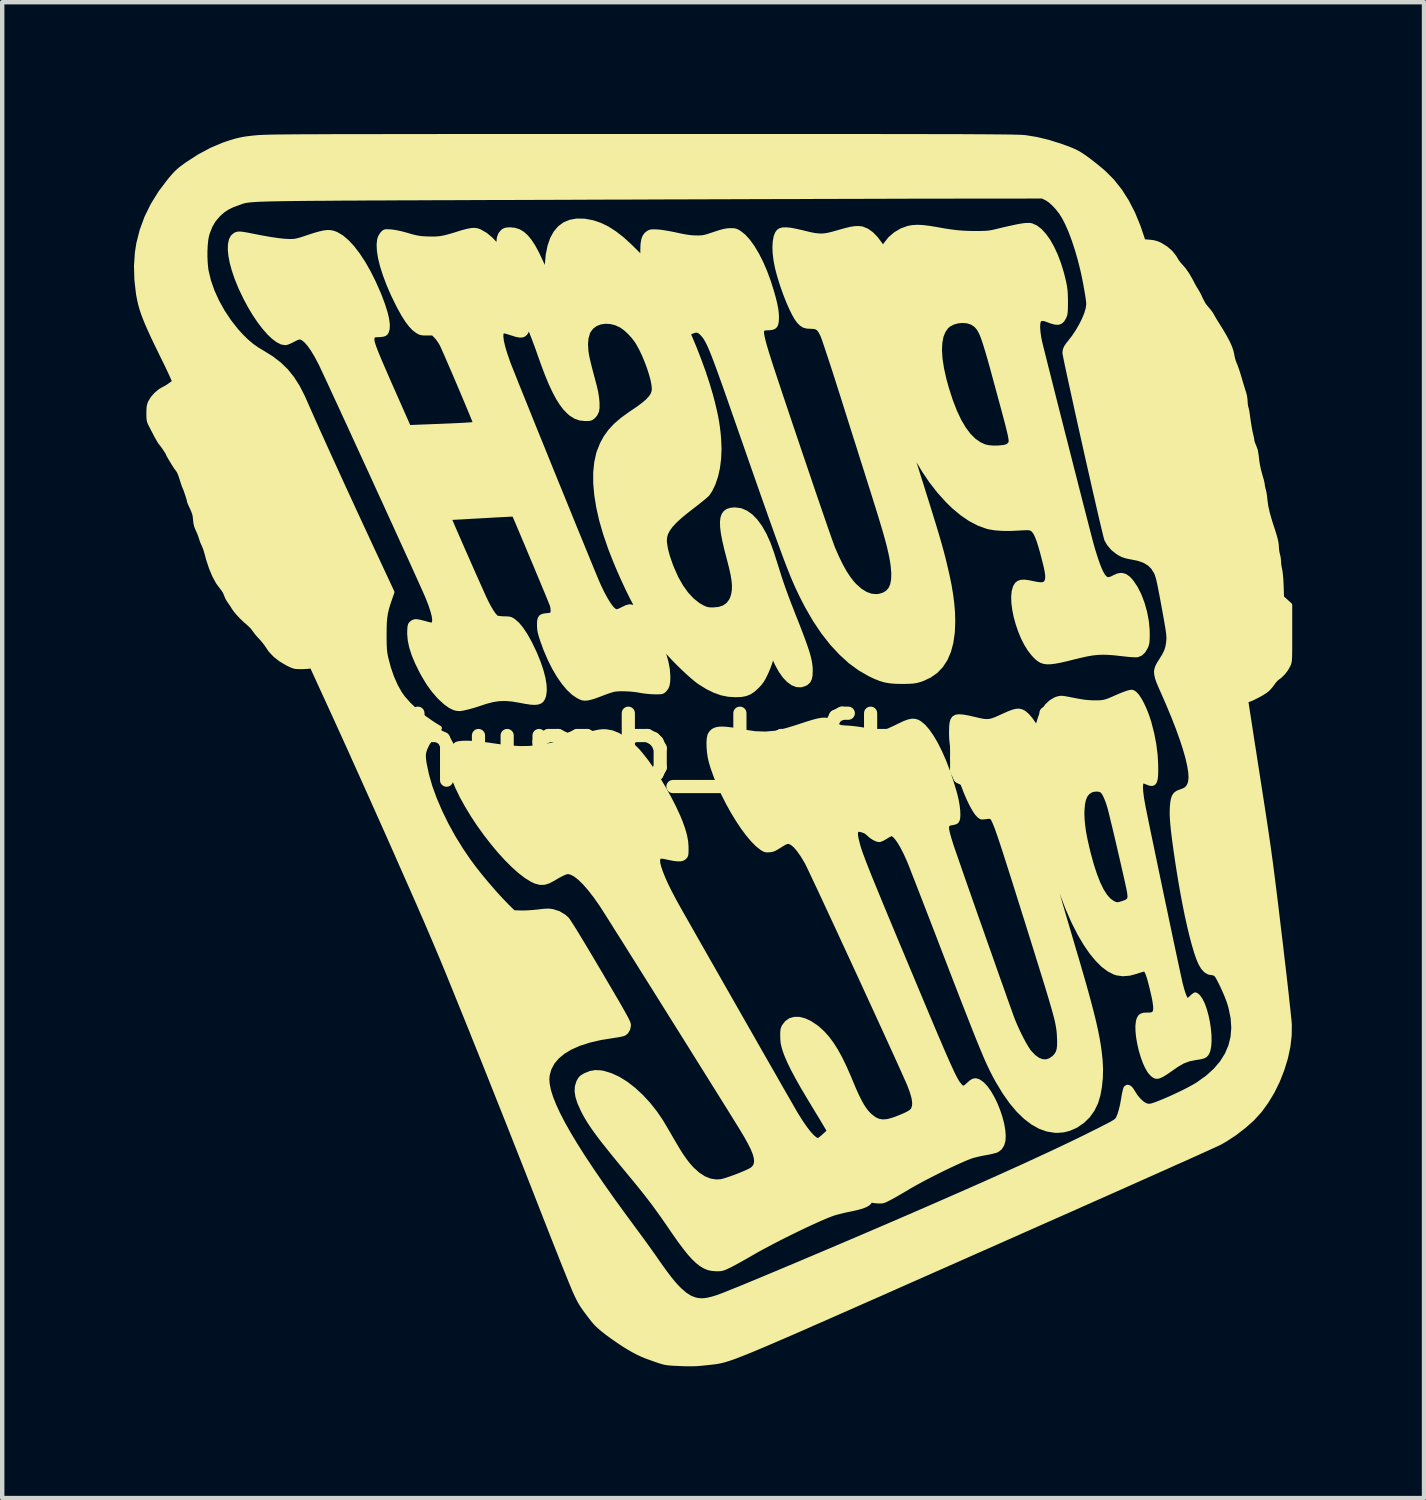
<source format=kicad_pcb>
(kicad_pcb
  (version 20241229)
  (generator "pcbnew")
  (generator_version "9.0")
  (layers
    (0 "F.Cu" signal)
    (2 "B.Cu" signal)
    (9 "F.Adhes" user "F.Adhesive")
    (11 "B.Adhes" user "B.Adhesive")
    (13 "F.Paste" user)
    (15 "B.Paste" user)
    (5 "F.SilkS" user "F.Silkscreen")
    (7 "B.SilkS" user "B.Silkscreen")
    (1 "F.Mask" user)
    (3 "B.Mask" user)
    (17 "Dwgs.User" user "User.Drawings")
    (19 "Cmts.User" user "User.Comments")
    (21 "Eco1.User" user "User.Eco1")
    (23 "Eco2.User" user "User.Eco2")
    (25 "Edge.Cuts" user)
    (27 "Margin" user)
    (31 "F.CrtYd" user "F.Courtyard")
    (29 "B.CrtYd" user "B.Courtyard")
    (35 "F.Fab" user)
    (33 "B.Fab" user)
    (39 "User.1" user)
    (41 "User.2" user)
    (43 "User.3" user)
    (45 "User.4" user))
  (footprint "thumb_left_ed"
    (layer "F.Cu")
    (at 13.176 14.02)
    (property "Reference" "thumb_left_ed" (at 0 0 0) (layer "F.SilkS") (effects (font (size 1.524 1.524) (thickness 0.3))))
    (attr through_hole)
    (fp_poly (pts (xy 13.14 -2.657) (xy 13.14 -2.493) (xy 13.14 -2.359) (xy 13.139 -2.252) (xy 13.138 -2.167) (xy 13.136 -2.102) (xy 13.133 -2.053) (xy 13.129 -2.016) (xy 13.123 -1.987) (xy 13.116 -1.963) (xy 13.106 -1.94) (xy 13.099 -1.924) (xy 13.05 -1.837) (xy 12.983 -1.751) (xy 12.908 -1.677) (xy 12.86 -1.642) (xy 12.819 -1.608) (xy 12.775 -1.558) (xy 12.751 -1.525) (xy 12.706 -1.464) (xy 12.651 -1.401) (xy 12.622 -1.372) (xy 12.579 -1.339) (xy 12.517 -1.299) (xy 12.444 -1.256) (xy 12.366 -1.215) (xy 12.292 -1.178) (xy 12.229 -1.151) (xy 12.183 -1.136) (xy 12.172 -1.135) (xy 12.146 -1.125) (xy 12.141 -1.112) (xy 12.144 -1.093) (xy 12.151 -1.042) (xy 12.163 -0.963) (xy 12.179 -0.856) (xy 12.2 -0.725) (xy 12.223 -0.572) (xy 12.25 -0.399) (xy 12.279 -0.208) (xy 12.312 -0.001) (xy 12.346 0.219) (xy 12.382 0.45) (xy 12.412 0.644) (xy 12.456 0.928) (xy 12.496 1.184) (xy 12.532 1.416) (xy 12.564 1.629) (xy 12.594 1.825) (xy 12.621 2.011) (xy 12.647 2.188) (xy 12.671 2.362) (xy 12.695 2.536) (xy 12.718 2.714) (xy 12.742 2.9) (xy 12.767 3.099) (xy 12.794 3.314) (xy 12.823 3.549) (xy 12.854 3.809) (xy 12.888 4.096) (xy 12.902 4.208) (xy 12.932 4.458) (xy 12.96 4.702) (xy 12.988 4.938) (xy 13.014 5.162) (xy 13.038 5.373) (xy 13.06 5.568) (xy 13.079 5.745) (xy 13.096 5.9) (xy 13.11 6.031) (xy 13.121 6.136) (xy 13.128 6.213) (xy 13.131 6.257) (xy 13.128 6.501) (xy 13.098 6.755) (xy 13.042 7.015) (xy 12.962 7.276) (xy 12.862 7.531) (xy 12.742 7.776) (xy 12.605 8.004) (xy 12.454 8.212) (xy 12.289 8.393) (xy 12.283 8.4) (xy 12.094 8.568) (xy 11.887 8.727) (xy 11.853 8.75) (xy 11.853 6.328) (xy 11.838 6.106) (xy 11.791 5.874) (xy 11.749 5.732) (xy 11.719 5.652) (xy 11.682 5.56) (xy 11.639 5.462) (xy 11.595 5.366) (xy 11.551 5.276) (xy 11.512 5.201) (xy 11.48 5.145) (xy 11.46 5.119) (xy 11.414 5.088) (xy 11.376 5.08) (xy 11.295 5.067) (xy 11.224 5.026) (xy 11.159 4.956) (xy 11.1 4.855) (xy 11.059 4.759) (xy 11.008 4.615) (xy 10.956 4.44) (xy 10.902 4.238) (xy 10.847 4.01) (xy 10.792 3.761) (xy 10.738 3.493) (xy 10.685 3.21) (xy 10.634 2.913) (xy 10.585 2.607) (xy 10.551 2.378) (xy 10.521 2.166) (xy 10.497 1.984) (xy 10.478 1.828) (xy 10.465 1.695) (xy 10.456 1.581) (xy 10.451 1.482) (xy 10.451 1.395) (xy 10.453 1.321) (xy 10.463 1.204) (xy 10.479 1.116) (xy 10.504 1.051) (xy 10.54 1.004) (xy 10.591 0.971) (xy 10.659 0.945) (xy 10.671 0.942) (xy 10.757 0.906) (xy 10.817 0.852) (xy 10.856 0.776) (xy 10.871 0.721) (xy 10.88 0.622) (xy 10.871 0.496) (xy 10.846 0.343) (xy 10.805 0.166) (xy 10.747 -0.035) (xy 10.674 -0.258) (xy 10.586 -0.502) (xy 10.483 -0.765) (xy 10.366 -1.046) (xy 10.251 -1.309) (xy 10.191 -1.445) (xy 10.145 -1.555) (xy 10.114 -1.646) (xy 10.098 -1.721) (xy 10.094 -1.787) (xy 10.105 -1.847) (xy 10.128 -1.908) (xy 10.165 -1.974) (xy 10.209 -2.043) (xy 10.274 -2.149) (xy 10.32 -2.241) (xy 10.35 -2.331) (xy 10.367 -2.429) (xy 10.373 -2.487) (xy 10.376 -2.523) (xy 10.376 -2.562) (xy 10.373 -2.606) (xy 10.368 -2.659) (xy 10.359 -2.726) (xy 10.346 -2.81) (xy 10.328 -2.914) (xy 10.306 -3.042) (xy 10.277 -3.199) (xy 10.263 -3.277) (xy 10.231 -3.451) (xy 10.203 -3.596) (xy 10.18 -3.714) (xy 10.16 -3.809) (xy 10.143 -3.884) (xy 10.127 -3.942) (xy 10.113 -3.988) (xy 10.099 -4.025) (xy 10.091 -4.041) (xy 10.025 -4.149) (xy 9.938 -4.236) (xy 9.829 -4.302) (xy 9.694 -4.35) (xy 9.576 -4.375) (xy 9.473 -4.394) (xy 9.394 -4.413) (xy 9.329 -4.436) (xy 9.268 -4.467) (xy 9.22 -4.496) (xy 9.108 -4.584) (xy 9.016 -4.693) (xy 8.963 -4.786) (xy 8.955 -4.812) (xy 8.94 -4.869) (xy 8.919 -4.955) (xy 8.892 -5.066) (xy 8.86 -5.2) (xy 8.824 -5.355) (xy 8.784 -5.528) (xy 8.741 -5.717) (xy 8.694 -5.919) (xy 8.646 -6.133) (xy 8.596 -6.354) (xy 8.544 -6.582) (xy 8.492 -6.813) (xy 8.44 -7.046) (xy 8.389 -7.276) (xy 8.338 -7.503) (xy 8.289 -7.724) (xy 8.243 -7.936) (xy 8.199 -8.137) (xy 8.158 -8.324) (xy 8.121 -8.495) (xy 8.088 -8.647) (xy 8.06 -8.778) (xy 8.038 -8.886) (xy 8.022 -8.967) (xy 8.012 -9.02) (xy 8.009 -9.041) (xy 8.017 -9.103) (xy 8.042 -9.164) (xy 8.089 -9.233) (xy 8.118 -9.269) (xy 8.215 -9.393) (xy 8.304 -9.526) (xy 8.384 -9.664) (xy 8.452 -9.8) (xy 8.504 -9.928) (xy 8.538 -10.044) (xy 8.551 -10.142) (xy 8.551 -10.15) (xy 8.548 -10.2) (xy 8.538 -10.279) (xy 8.523 -10.378) (xy 8.503 -10.492) (xy 8.481 -10.615) (xy 8.456 -10.742) (xy 8.43 -10.866) (xy 8.415 -10.931) (xy 8.356 -11.167) (xy 8.29 -11.396) (xy 8.218 -11.614) (xy 8.142 -11.815) (xy 8.064 -11.992) (xy 7.991 -12.133) (xy 7.926 -12.235) (xy 7.848 -12.335) (xy 7.765 -12.425) (xy 7.682 -12.499) (xy 7.607 -12.551) (xy 7.596 -12.556) (xy 7.506 -12.6) (xy 5.586 -12.599) (xy 5.431 -12.598) (xy 5.244 -12.598) (xy 5.026 -12.598) (xy 4.778 -12.597) (xy 4.503 -12.597) (xy 4.203 -12.596) (xy 3.877 -12.595) (xy 3.529 -12.594) (xy 3.159 -12.593) (xy 2.769 -12.592) (xy 2.361 -12.591) (xy 1.937 -12.589) (xy 1.497 -12.588) (xy 1.044 -12.587) (xy 0.579 -12.585) (xy 0.103 -12.584) (xy -0.382 -12.582) (xy -0.874 -12.581) (xy -1.371 -12.579) (xy -1.873 -12.577) (xy -2.378 -12.576) (xy -2.883 -12.574) (xy -3.336 -12.572) (xy -3.923 -12.57) (xy -4.477 -12.568) (xy -5 -12.567) (xy -5.491 -12.565) (xy -5.953 -12.563) (xy -6.385 -12.562) (xy -6.79 -12.56) (xy -7.168 -12.559) (xy -7.519 -12.557) (xy -7.846 -12.556) (xy -8.148 -12.554) (xy -8.428 -12.553) (xy -8.685 -12.551) (xy -8.921 -12.549) (xy -9.137 -12.548) (xy -9.334 -12.546) (xy -9.513 -12.544) (xy -9.674 -12.542) (xy -9.82 -12.54) (xy -9.95 -12.537) (xy -10.066 -12.535) (xy -10.168 -12.532) (xy -10.259 -12.529) (xy -10.338 -12.526) (xy -10.406 -12.522) (xy -10.466 -12.518) (xy -10.516 -12.514) (xy -10.56 -12.51) (xy -10.597 -12.505) (xy -10.629 -12.5) (xy -10.656 -12.495) (xy -10.68 -12.489) (xy -10.701 -12.483) (xy -10.721 -12.477) (xy -10.74 -12.47) (xy -10.76 -12.462) (xy -10.781 -12.455) (xy -10.805 -12.446) (xy -10.808 -12.445) (xy -10.943 -12.395) (xy -11.055 -12.339) (xy -11.152 -12.274) (xy -11.244 -12.193) (xy -11.261 -12.176) (xy -11.361 -12.058) (xy -11.438 -11.926) (xy -11.498 -11.774) (xy -11.517 -11.709) (xy -11.535 -11.614) (xy -11.547 -11.494) (xy -11.554 -11.359) (xy -11.554 -11.217) (xy -11.547 -11.078) (xy -11.535 -10.951) (xy -11.526 -10.897) (xy -11.472 -10.672) (xy -11.391 -10.44) (xy -11.284 -10.206) (xy -11.156 -9.975) (xy -11.008 -9.753) (xy -10.845 -9.545) (xy -10.737 -9.426) (xy -10.612 -9.303) (xy -10.492 -9.202) (xy -10.366 -9.114) (xy -10.247 -9.043) (xy -10.043 -8.916) (xy -9.865 -8.779) (xy -9.709 -8.627) (xy -9.572 -8.456) (xy -9.448 -8.261) (xy -9.335 -8.039) (xy -9.312 -7.988) (xy -9.186 -7.702) (xy -9.046 -7.388) (xy -8.892 -7.047) (xy -8.726 -6.681) (xy -8.548 -6.291) (xy -8.36 -5.88) (xy -8.161 -5.449) (xy -7.953 -5) (xy -7.737 -4.534) (xy -7.686 -4.425) (xy -7.297 -3.591) (xy -7.355 -3.425) (xy -7.394 -3.309) (xy -7.424 -3.206) (xy -7.446 -3.11) (xy -7.46 -3.013) (xy -7.47 -2.906) (xy -7.474 -2.782) (xy -7.476 -2.633) (xy -7.476 -2.616) (xy -7.475 -2.488) (xy -7.473 -2.388) (xy -7.469 -2.307) (xy -7.463 -2.24) (xy -7.455 -2.179) (xy -7.443 -2.118) (xy -7.438 -2.095) (xy -7.378 -1.866) (xy -7.304 -1.652) (xy -7.219 -1.459) (xy -7.125 -1.291) (xy -7.048 -1.183) (xy -6.915 -1.034) (xy -6.757 -0.884) (xy -6.581 -0.74) (xy -6.393 -0.608) (xy -6.342 -0.575) (xy -6.286 -0.541) (xy -6.243 -0.514) (xy -6.219 -0.499) (xy -6.217 -0.497) (xy -6.224 -0.484) (xy -6.251 -0.451) (xy -6.291 -0.405) (xy -6.318 -0.375) (xy -6.419 -0.254) (xy -6.498 -0.134) (xy -6.552 -0.019) (xy -6.572 0.049) (xy -6.58 0.102) (xy -6.582 0.154) (xy -6.577 0.217) (xy -6.566 0.301) (xy -6.562 0.321) (xy -6.509 0.574) (xy -6.431 0.843) (xy -6.329 1.123) (xy -6.205 1.412) (xy -6.062 1.704) (xy -5.9 1.997) (xy -5.722 2.284) (xy -5.571 2.506) (xy -5.444 2.679) (xy -5.299 2.863) (xy -5.142 3.052) (xy -4.981 3.238) (xy -4.822 3.413) (xy -4.672 3.568) (xy -4.624 3.615) (xy -4.537 3.7) (xy -4.374 3.706) (xy -4.291 3.706) (xy -4.187 3.701) (xy -4.076 3.693) (xy -3.979 3.683) (xy -3.878 3.671) (xy -3.801 3.665) (xy -3.742 3.663) (xy -3.692 3.667) (xy -3.647 3.675) (xy -3.508 3.719) (xy -3.386 3.793) (xy -3.322 3.85) (xy -3.3 3.878) (xy -3.262 3.935) (xy -3.208 4.019) (xy -3.14 4.127) (xy -3.059 4.261) (xy -2.965 4.416) (xy -2.858 4.594) (xy -2.741 4.791) (xy -2.613 5.008) (xy -2.583 5.057) (xy -2.459 5.269) (xy -2.351 5.453) (xy -2.258 5.612) (xy -2.178 5.748) (xy -2.112 5.863) (xy -2.058 5.959) (xy -2.014 6.037) (xy -1.98 6.1) (xy -1.954 6.151) (xy -1.936 6.19) (xy -1.923 6.219) (xy -1.917 6.242) (xy -1.914 6.259) (xy -1.913 6.265) (xy -1.928 6.35) (xy -1.968 6.419) (xy -2.013 6.456) (xy -2.047 6.469) (xy -2.106 6.483) (xy -2.183 6.497) (xy -2.267 6.51) (xy -2.268 6.51) (xy -2.556 6.556) (xy -2.813 6.616) (xy -3.041 6.689) (xy -3.238 6.776) (xy -3.405 6.876) (xy -3.541 6.989) (xy -3.647 7.114) (xy -3.721 7.253) (xy -3.762 7.396) (xy -3.771 7.501) (xy -3.761 7.624) (xy -3.731 7.763) (xy -3.681 7.921) (xy -3.611 8.096) (xy -3.521 8.291) (xy -3.41 8.505) (xy -3.278 8.739) (xy -3.125 8.994) (xy -2.95 9.27) (xy -2.753 9.567) (xy -2.534 9.887) (xy -2.292 10.23) (xy -2.027 10.596) (xy -1.812 10.888) (xy -1.721 11.011) (xy -1.628 11.138) (xy -1.536 11.264) (xy -1.451 11.383) (xy -1.376 11.488) (xy -1.316 11.573) (xy -1.304 11.591) (xy -1.186 11.759) (xy -1.083 11.902) (xy -0.992 12.022) (xy -0.91 12.123) (xy -0.834 12.21) (xy -0.761 12.284) (xy -0.748 12.297) (xy -0.628 12.4) (xy -0.514 12.472) (xy -0.401 12.515) (xy -0.325 12.529) (xy -0.253 12.534) (xy -0.181 12.53) (xy -0.101 12.517) (xy -0.006 12.493) (xy 0.085 12.466) (xy 0.142 12.446) (xy 0.231 12.413) (xy 0.349 12.366) (xy 0.498 12.306) (xy 0.676 12.234) (xy 0.884 12.148) (xy 1.12 12.05) (xy 1.385 11.939) (xy 1.678 11.816) (xy 1.999 11.681) (xy 2.347 11.534) (xy 2.684 11.391) (xy 3.339 11.112) (xy 3.962 10.845) (xy 4.555 10.589) (xy 5.116 10.345) (xy 5.645 10.113) (xy 6.143 9.893) (xy 6.61 9.684) (xy 7.045 9.487) (xy 7.449 9.301) (xy 7.821 9.128) (xy 8.162 8.966) (xy 8.47 8.816) (xy 8.644 8.729) (xy 8.787 8.658) (xy 8.903 8.599) (xy 8.995 8.552) (xy 9.065 8.515) (xy 9.118 8.485) (xy 9.156 8.461) (xy 9.183 8.441) (xy 9.202 8.423) (xy 9.215 8.405) (xy 9.225 8.388) (xy 9.258 8.31) (xy 9.291 8.203) (xy 9.322 8.072) (xy 9.349 7.922) (xy 9.354 7.888) (xy 9.368 7.812) (xy 9.383 7.748) (xy 9.397 7.704) (xy 9.405 7.691) (xy 9.443 7.672) (xy 9.484 7.686) (xy 9.529 7.733) (xy 9.565 7.791) (xy 9.623 7.883) (xy 9.691 7.966) (xy 9.763 8.034) (xy 9.832 8.081) (xy 9.867 8.095) (xy 9.915 8.106) (xy 9.959 8.105) (xy 10.015 8.091) (xy 10.028 8.087) (xy 10.139 8.047) (xy 10.27 7.994) (xy 10.414 7.932) (xy 10.563 7.863) (xy 10.71 7.793) (xy 10.846 7.723) (xy 10.965 7.658) (xy 11.049 7.607) (xy 11.261 7.455) (xy 11.44 7.293) (xy 11.587 7.12) (xy 11.702 6.937) (xy 11.785 6.744) (xy 11.835 6.541) (xy 11.853 6.328) (xy 11.853 8.75) (xy 11.674 8.868) (xy 11.551 8.939) (xy 11.521 8.954) (xy 11.461 8.982) (xy 11.373 9.022) (xy 11.257 9.075) (xy 11.115 9.139) (xy 10.947 9.215) (xy 10.756 9.301) (xy 10.542 9.396) (xy 10.307 9.502) (xy 10.051 9.616) (xy 9.775 9.739) (xy 9.482 9.87) (xy 9.172 10.008) (xy 8.846 10.153) (xy 8.505 10.304) (xy 8.151 10.462) (xy 7.785 10.624) (xy 7.408 10.791) (xy 7.021 10.963) (xy 6.626 11.138) (xy 6.223 11.317) (xy 6.045 11.395) (xy 5.549 11.615) (xy 5.083 11.821) (xy 4.645 12.015) (xy 4.236 12.196) (xy 3.854 12.366) (xy 3.497 12.523) (xy 3.165 12.67) (xy 2.858 12.805) (xy 2.573 12.931) (xy 2.31 13.046) (xy 2.068 13.153) (xy 1.846 13.25) (xy 1.642 13.338) (xy 1.457 13.418) (xy 1.288 13.491) (xy 1.135 13.556) (xy 0.997 13.614) (xy 0.873 13.666) (xy 0.761 13.711) (xy 0.661 13.751) (xy 0.572 13.786) (xy 0.493 13.816) (xy 0.423 13.841) (xy 0.36 13.862) (xy 0.304 13.88) (xy 0.253 13.895) (xy 0.207 13.907) (xy 0.165 13.916) (xy 0.126 13.924) (xy 0.088 13.93) (xy 0.051 13.936) (xy 0.014 13.94) (xy -0.025 13.945) (xy -0.067 13.949) (xy -0.106 13.954) (xy -0.231 13.967) (xy -0.343 13.977) (xy -0.452 13.982) (xy -0.566 13.982) (xy -0.693 13.979) (xy -0.843 13.972) (xy -0.889 13.97) (xy -0.964 13.965) (xy -1.026 13.959) (xy -1.083 13.95) (xy -1.141 13.936) (xy -1.21 13.915) (xy -1.296 13.886) (xy -1.38 13.856) (xy -1.505 13.811) (xy -1.608 13.769) (xy -1.702 13.725) (xy -1.798 13.675) (xy -1.908 13.611) (xy -1.927 13.6) (xy -2.036 13.533) (xy -2.157 13.452) (xy -2.278 13.368) (xy -2.387 13.288) (xy -2.419 13.264) (xy -2.506 13.195) (xy -2.574 13.138) (xy -2.63 13.086) (xy -2.681 13.032) (xy -2.734 12.969) (xy -2.796 12.889) (xy -2.836 12.836) (xy -2.909 12.738) (xy -2.965 12.657) (xy -3.012 12.582) (xy -3.054 12.505) (xy -3.098 12.416) (xy -3.146 12.311) (xy -3.168 12.258) (xy -3.202 12.176) (xy -3.247 12.067) (xy -3.3 11.934) (xy -3.363 11.779) (xy -3.433 11.604) (xy -3.509 11.411) (xy -3.591 11.204) (xy -3.678 10.984) (xy -3.768 10.754) (xy -3.862 10.515) (xy -3.957 10.272) (xy -3.991 10.185) (xy -4.1 9.906) (xy -4.22 9.6) (xy -4.349 9.273) (xy -4.484 8.931) (xy -4.623 8.578) (xy -4.765 8.22) (xy -4.908 7.862) (xy -5.048 7.51) (xy -5.184 7.168) (xy -5.315 6.841) (xy -5.438 6.536) (xy -5.495 6.392) (xy -5.618 6.088) (xy -5.73 5.812) (xy -5.832 5.559) (xy -5.927 5.326) (xy -6.015 5.109) (xy -6.099 4.905) (xy -6.18 4.71) (xy -6.26 4.52) (xy -6.34 4.332) (xy -6.421 4.142) (xy -6.505 3.945) (xy -6.595 3.739) (xy -6.69 3.52) (xy -6.794 3.284) (xy -6.907 3.028) (xy -7.031 2.747) (xy -7.138 2.506) (xy -7.258 2.233) (xy -7.384 1.949) (xy -7.514 1.658) (xy -7.646 1.363) (xy -7.778 1.068) (xy -7.908 0.778) (xy -8.035 0.495) (xy -8.157 0.224) (xy -8.272 -0.032) (xy -8.379 -0.268) (xy -8.476 -0.481) (xy -8.56 -0.667) (xy -8.563 -0.673) (xy -9.131 -1.913) (xy -9.176 -1.901) (xy -9.212 -1.895) (xy -9.272 -1.891) (xy -9.345 -1.888) (xy -9.374 -1.888) (xy -9.443 -1.889) (xy -9.494 -1.892) (xy -9.538 -1.902) (xy -9.586 -1.919) (xy -9.647 -1.948) (xy -9.696 -1.973) (xy -9.836 -2.056) (xy -9.962 -2.155) (xy -10.066 -2.264) (xy -10.135 -2.364) (xy -10.17 -2.416) (xy -10.219 -2.479) (xy -10.274 -2.543) (xy -10.288 -2.557) (xy -10.342 -2.616) (xy -10.392 -2.676) (xy -10.429 -2.726) (xy -10.436 -2.737) (xy -10.475 -2.788) (xy -10.527 -2.842) (xy -10.56 -2.872) (xy -10.645 -2.946) (xy -10.729 -3.026) (xy -10.804 -3.107) (xy -10.865 -3.18) (xy -10.9 -3.23) (xy -10.94 -3.295) (xy -10.986 -3.362) (xy -11.003 -3.385) (xy -11.04 -3.444) (xy -11.07 -3.508) (xy -11.079 -3.535) (xy -11.108 -3.603) (xy -11.16 -3.678) (xy -11.18 -3.703) (xy -11.266 -3.82) (xy -11.346 -3.967) (xy -11.42 -4.144) (xy -11.487 -4.348) (xy -11.527 -4.496) (xy -11.548 -4.567) (xy -11.575 -4.638) (xy -11.591 -4.674) (xy -11.62 -4.738) (xy -11.644 -4.806) (xy -11.649 -4.826) (xy -11.668 -4.882) (xy -11.695 -4.952) (xy -11.721 -5.008) (xy -11.754 -5.086) (xy -11.773 -5.162) (xy -11.782 -5.245) (xy -11.79 -5.323) (xy -11.806 -5.39) (xy -11.833 -5.46) (xy -11.856 -5.511) (xy -11.885 -5.573) (xy -11.908 -5.625) (xy -11.92 -5.659) (xy -11.921 -5.665) (xy -11.926 -5.693) (xy -11.94 -5.742) (xy -11.96 -5.804) (xy -11.982 -5.87) (xy -12.003 -5.929) (xy -12.021 -5.972) (xy -12.026 -5.984) (xy -12.039 -6.015) (xy -12.058 -6.07) (xy -12.08 -6.139) (xy -12.092 -6.178) (xy -12.122 -6.268) (xy -12.152 -6.337) (xy -12.18 -6.381) (xy -12.181 -6.382) (xy -12.206 -6.414) (xy -12.243 -6.468) (xy -12.285 -6.535) (xy -12.328 -6.606) (xy -12.367 -6.672) (xy -12.396 -6.726) (xy -12.407 -6.752) (xy -12.424 -6.784) (xy -12.456 -6.833) (xy -12.494 -6.89) (xy -12.534 -6.944) (xy -12.567 -6.986) (xy -12.568 -6.987) (xy -12.59 -7.017) (xy -12.621 -7.069) (xy -12.657 -7.134) (xy -12.678 -7.173) (xy -12.717 -7.249) (xy -12.757 -7.325) (xy -12.789 -7.388) (xy -12.8 -7.408) (xy -12.821 -7.452) (xy -12.834 -7.494) (xy -12.841 -7.543) (xy -12.844 -7.61) (xy -12.844 -7.662) (xy -12.842 -7.749) (xy -12.837 -7.813) (xy -12.826 -7.863) (xy -12.808 -7.909) (xy -12.807 -7.912) (xy -12.75 -8.005) (xy -12.671 -8.094) (xy -12.58 -8.17) (xy -12.516 -8.208) (xy -12.449 -8.243) (xy -12.383 -8.284) (xy -12.35 -8.308) (xy -12.305 -8.34) (xy -12.27 -8.362) (xy -12.258 -8.368) (xy -12.26 -8.385) (xy -12.277 -8.431) (xy -12.309 -8.504) (xy -12.354 -8.603) (xy -12.413 -8.728) (xy -12.485 -8.877) (xy -12.546 -9) (xy -12.649 -9.211) (xy -12.737 -9.395) (xy -12.811 -9.557) (xy -12.874 -9.699) (xy -12.926 -9.826) (xy -12.969 -9.941) (xy -13.004 -10.048) (xy -13.032 -10.149) (xy -13.055 -10.25) (xy -13.075 -10.352) (xy -13.081 -10.387) (xy -13.117 -10.704) (xy -13.126 -11.014) (xy -13.106 -11.315) (xy -13.074 -11.523) (xy -12.998 -11.823) (xy -12.89 -12.117) (xy -12.749 -12.404) (xy -12.576 -12.684) (xy -12.371 -12.955) (xy -12.363 -12.965) (xy -12.29 -13.051) (xy -12.229 -13.118) (xy -12.171 -13.175) (xy -12.109 -13.228) (xy -12.032 -13.285) (xy -11.966 -13.333) (xy -11.691 -13.511) (xy -11.413 -13.66) (xy -11.136 -13.777) (xy -10.988 -13.827) (xy -10.882 -13.859) (xy -10.793 -13.882) (xy -10.709 -13.9) (xy -10.621 -13.915) (xy -10.517 -13.928) (xy -10.422 -13.938) (xy -10.398 -13.94) (xy -10.373 -13.942) (xy -10.345 -13.945) (xy -10.314 -13.947) (xy -10.279 -13.948) (xy -10.239 -13.95) (xy -10.193 -13.952) (xy -10.14 -13.953) (xy -10.079 -13.955) (xy -10.01 -13.956) (xy -9.931 -13.958) (xy -9.842 -13.959) (xy -9.741 -13.96) (xy -9.628 -13.961) (xy -9.502 -13.962) (xy -9.361 -13.963) (xy -9.206 -13.963) (xy -9.035 -13.964) (xy -8.847 -13.965) (xy -8.642 -13.966) (xy -8.418 -13.966) (xy -8.174 -13.967) (xy -7.91 -13.967) (xy -7.625 -13.967) (xy -7.318 -13.968) (xy -6.987 -13.968) (xy -6.632 -13.968) (xy -6.253 -13.969) (xy -5.848 -13.969) (xy -5.416 -13.969) (xy -4.956 -13.969) (xy -4.468 -13.969) (xy -3.951 -13.969) (xy -3.403 -13.969) (xy -2.824 -13.969) (xy -2.213 -13.97) (xy -1.617 -13.97) (xy -0.972 -13.97) (xy -0.361 -13.97) (xy 0.219 -13.97) (xy 0.767 -13.97) (xy 1.285 -13.97) (xy 1.774 -13.97) (xy 2.234 -13.969) (xy 2.666 -13.969) (xy 3.072 -13.969) (xy 3.452 -13.969) (xy 3.806 -13.969) (xy 4.137 -13.968) (xy 4.444 -13.968) (xy 4.729 -13.968) (xy 4.993 -13.967) (xy 5.236 -13.967) (xy 5.459 -13.966) (xy 5.663 -13.966) (xy 5.85 -13.965) (xy 6.019 -13.964) (xy 6.173 -13.963) (xy 6.311 -13.962) (xy 6.435 -13.961) (xy 6.545 -13.96) (xy 6.642 -13.959) (xy 6.728 -13.958) (xy 6.803 -13.957) (xy 6.868 -13.955) (xy 6.924 -13.954) (xy 6.972 -13.952) (xy 7.013 -13.951) (xy 7.047 -13.949) (xy 7.075 -13.947) (xy 7.099 -13.945) (xy 7.119 -13.943) (xy 7.12 -13.943) (xy 7.367 -13.903) (xy 7.629 -13.84) (xy 7.903 -13.755) (xy 8.07 -13.695) (xy 8.17 -13.655) (xy 8.251 -13.619) (xy 8.321 -13.582) (xy 8.392 -13.538) (xy 8.474 -13.482) (xy 8.518 -13.45) (xy 8.612 -13.379) (xy 8.715 -13.298) (xy 8.815 -13.216) (xy 8.9 -13.143) (xy 8.906 -13.138) (xy 9.096 -12.947) (xy 9.27 -12.727) (xy 9.427 -12.481) (xy 9.566 -12.21) (xy 9.686 -11.918) (xy 9.711 -11.845) (xy 9.803 -11.574) (xy 9.94 -11.564) (xy 10.028 -11.553) (xy 10.099 -11.535) (xy 10.173 -11.504) (xy 10.189 -11.496) (xy 10.316 -11.417) (xy 10.425 -11.322) (xy 10.509 -11.215) (xy 10.529 -11.181) (xy 10.567 -11.118) (xy 10.613 -11.057) (xy 10.643 -11.024) (xy 10.719 -10.938) (xy 10.798 -10.826) (xy 10.875 -10.693) (xy 10.897 -10.651) (xy 10.934 -10.58) (xy 10.973 -10.511) (xy 11.006 -10.458) (xy 11.009 -10.452) (xy 11.041 -10.399) (xy 11.077 -10.33) (xy 11.107 -10.261) (xy 11.178 -10.129) (xy 11.24 -10.052) (xy 11.29 -9.995) (xy 11.335 -9.934) (xy 11.362 -9.889) (xy 11.391 -9.837) (xy 11.43 -9.771) (xy 11.471 -9.705) (xy 11.472 -9.704) (xy 11.576 -9.537) (xy 11.661 -9.392) (xy 11.726 -9.268) (xy 11.774 -9.16) (xy 11.805 -9.066) (xy 11.821 -8.992) (xy 11.836 -8.916) (xy 11.857 -8.843) (xy 11.878 -8.788) (xy 11.897 -8.745) (xy 11.921 -8.676) (xy 11.95 -8.592) (xy 11.978 -8.499) (xy 11.988 -8.467) (xy 12.016 -8.371) (xy 12.044 -8.278) (xy 12.069 -8.198) (xy 12.088 -8.137) (xy 12.092 -8.124) (xy 12.111 -8.051) (xy 12.122 -7.973) (xy 12.124 -7.935) (xy 12.128 -7.873) (xy 12.136 -7.817) (xy 12.142 -7.795) (xy 12.154 -7.753) (xy 12.166 -7.692) (xy 12.175 -7.628) (xy 12.189 -7.526) (xy 12.205 -7.421) (xy 12.222 -7.32) (xy 12.238 -7.234) (xy 12.253 -7.168) (xy 12.259 -7.146) (xy 12.271 -7.094) (xy 12.277 -7.048) (xy 12.277 -7.046) (xy 12.284 -7.009) (xy 12.303 -6.955) (xy 12.321 -6.915) (xy 12.356 -6.819) (xy 12.376 -6.702) (xy 12.378 -6.685) (xy 12.397 -6.53) (xy 12.426 -6.382) (xy 12.469 -6.223) (xy 12.473 -6.209) (xy 12.493 -6.142) (xy 12.507 -6.084) (xy 12.514 -6.045) (xy 12.514 -6.04) (xy 12.519 -6.002) (xy 12.531 -5.948) (xy 12.539 -5.919) (xy 12.553 -5.861) (xy 12.565 -5.785) (xy 12.574 -5.704) (xy 12.575 -5.691) (xy 12.593 -5.554) (xy 12.629 -5.392) (xy 12.683 -5.203) (xy 12.709 -5.122) (xy 12.753 -4.988) (xy 12.786 -4.881) (xy 12.81 -4.795) (xy 12.825 -4.727) (xy 12.833 -4.672) (xy 12.836 -4.626) (xy 12.841 -4.553) (xy 12.853 -4.477) (xy 12.861 -4.447) (xy 12.877 -4.377) (xy 12.886 -4.302) (xy 12.886 -4.28) (xy 12.891 -4.211) (xy 12.904 -4.136) (xy 12.91 -4.109) (xy 12.919 -4.062) (xy 12.928 -3.988) (xy 12.936 -3.898) (xy 12.942 -3.798) (xy 12.944 -3.745) (xy 12.954 -3.469) (xy 13.047 -3.384) (xy 13.14 -3.299) (xy 13.14 -2.657)) (stroke (width 0.1) (type solid)) (fill yes) (layer "F.SilkS"))
    (fp_poly (pts (xy 11.304 6.632) (xy 11.295 6.752) (xy 11.274 6.85) (xy 11.259 6.886) (xy 11.237 6.925) (xy 11.209 6.954) (xy 11.17 6.975) (xy 11.113 6.991) (xy 11.032 7.005) (xy 10.99 7.011) (xy 10.836 7.042) (xy 10.698 7.094) (xy 10.563 7.172) (xy 10.536 7.191) (xy 10.417 7.274) (xy 10.322 7.339) (xy 10.246 7.387) (xy 10.187 7.418) (xy 10.139 7.435) (xy 10.1 7.438) (xy 10.066 7.429) (xy 10.033 7.409) (xy 9.999 7.381) (xy 9.941 7.314) (xy 9.886 7.219) (xy 9.833 7.103) (xy 9.786 6.97) (xy 9.744 6.828) (xy 9.711 6.682) (xy 9.686 6.539) (xy 9.672 6.403) (xy 9.67 6.282) (xy 9.682 6.18) (xy 9.697 6.129) (xy 9.723 6.08) (xy 9.758 6.05) (xy 9.81 6.034) (xy 9.887 6.03) (xy 9.908 6.03) (xy 9.968 6.028) (xy 10.015 6.016) (xy 10.048 5.992) (xy 10.068 5.952) (xy 10.076 5.893) (xy 10.072 5.814) (xy 10.057 5.71) (xy 10.03 5.579) (xy 10 5.45) (xy 9.964 5.305) (xy 9.933 5.19) (xy 9.904 5.105) (xy 9.878 5.045) (xy 9.854 5.01) (xy 9.829 4.996) (xy 9.824 4.995) (xy 9.795 5.001) (xy 9.744 5.015) (xy 9.678 5.036) (xy 9.642 5.048) (xy 9.491 5.089) (xy 9.491 3.337) (xy 9.483 3.259) (xy 9.474 3.204) (xy 9.463 3.149) (xy 9.445 3.065) (xy 9.421 2.958) (xy 9.393 2.831) (xy 9.36 2.689) (xy 9.325 2.535) (xy 9.288 2.375) (xy 9.25 2.211) (xy 9.212 2.048) (xy 9.175 1.891) (xy 9.14 1.743) (xy 9.107 1.609) (xy 9.079 1.493) (xy 9.056 1.399) (xy 9.039 1.331) (xy 9.031 1.304) (xy 8.991 1.177) (xy 8.949 1.072) (xy 8.908 0.991) (xy 8.869 0.939) (xy 8.86 0.93) (xy 8.805 0.906) (xy 8.734 0.898) (xy 8.657 0.907) (xy 8.613 0.921) (xy 8.542 0.965) (xy 8.486 1.032) (xy 8.446 1.124) (xy 8.421 1.242) (xy 8.41 1.389) (xy 8.409 1.456) (xy 8.414 1.588) (xy 8.427 1.726) (xy 8.448 1.875) (xy 8.48 2.041) (xy 8.522 2.229) (xy 8.552 2.353) (xy 8.623 2.613) (xy 8.697 2.841) (xy 8.773 3.036) (xy 8.852 3.198) (xy 8.934 3.327) (xy 9.018 3.422) (xy 9.105 3.484) (xy 9.118 3.49) (xy 9.161 3.509) (xy 9.193 3.518) (xy 9.226 3.518) (xy 9.27 3.508) (xy 9.335 3.488) (xy 9.337 3.488) (xy 9.409 3.462) (xy 9.456 3.432) (xy 9.483 3.393) (xy 9.491 3.337) (xy 9.491 5.089) (xy 9.482 5.091) (xy 9.334 5.103) (xy 9.199 5.084) (xy 9.144 5.066) (xy 9.014 4.999) (xy 8.882 4.899) (xy 8.75 4.767) (xy 8.617 4.606) (xy 8.486 4.415) (xy 8.357 4.197) (xy 8.231 3.952) (xy 8.185 3.854) (xy 8.076 3.602) (xy 7.969 3.323) (xy 7.864 3.024) (xy 7.764 2.709) (xy 7.67 2.387) (xy 7.585 2.062) (xy 7.511 1.743) (xy 7.466 1.524) (xy 7.451 1.447) (xy 7.437 1.383) (xy 7.427 1.339) (xy 7.422 1.322) (xy 7.407 1.325) (xy 7.398 1.333) (xy 7.386 1.365) (xy 7.381 1.424) (xy 7.384 1.505) (xy 7.395 1.602) (xy 7.413 1.709) (xy 7.426 1.773) (xy 7.444 1.848) (xy 7.472 1.955) (xy 7.509 2.091) (xy 7.554 2.256) (xy 7.608 2.449) (xy 7.67 2.668) (xy 7.74 2.911) (xy 7.818 3.179) (xy 7.902 3.469) (xy 7.993 3.78) (xy 8.091 4.111) (xy 8.194 4.461) (xy 8.204 4.496) (xy 8.297 4.809) (xy 8.379 5.092) (xy 8.453 5.348) (xy 8.517 5.579) (xy 8.574 5.788) (xy 8.623 5.978) (xy 8.666 6.15) (xy 8.702 6.308) (xy 8.733 6.454) (xy 8.759 6.589) (xy 8.781 6.718) (xy 8.799 6.843) (xy 8.813 6.965) (xy 8.824 7.07) (xy 8.834 7.271) (xy 8.828 7.474) (xy 8.808 7.672) (xy 8.774 7.855) (xy 8.727 8.015) (xy 8.722 8.029) (xy 8.645 8.188) (xy 8.542 8.332) (xy 8.417 8.454) (xy 8.275 8.551) (xy 8.244 8.567) (xy 8.111 8.625) (xy 7.984 8.657) (xy 7.852 8.668) (xy 7.782 8.666) (xy 7.614 8.639) (xy 7.447 8.579) (xy 7.281 8.486) (xy 7.117 8.361) (xy 6.955 8.204) (xy 6.797 8.016) (xy 6.642 7.796) (xy 6.491 7.547) (xy 6.479 7.526) (xy 6.446 7.466) (xy 6.414 7.407) (xy 6.383 7.346) (xy 6.351 7.283) (xy 6.319 7.216) (xy 6.285 7.144) (xy 6.248 7.063) (xy 6.209 6.974) (xy 6.167 6.873) (xy 6.12 6.761) (xy 6.068 6.634) (xy 6.011 6.492) (xy 5.947 6.332) (xy 5.877 6.153) (xy 5.799 5.954) (xy 5.712 5.732) (xy 5.617 5.487) (xy 5.512 5.216) (xy 5.397 4.917) (xy 5.271 4.59) (xy 5.176 4.343) (xy 5.087 4.111) (xy 5 3.886) (xy 4.916 3.67) (xy 4.837 3.465) (xy 4.763 3.274) (xy 4.695 3.099) (xy 4.634 2.941) (xy 4.58 2.805) (xy 4.536 2.69) (xy 4.501 2.601) (xy 4.476 2.539) (xy 4.463 2.509) (xy 4.392 2.352) (xy 4.323 2.216) (xy 4.257 2.102) (xy 4.195 2.013) (xy 4.14 1.951) (xy 4.092 1.918) (xy 4.069 1.913) (xy 4.038 1.923) (xy 3.991 1.947) (xy 3.936 1.981) (xy 3.935 1.981) (xy 3.864 2.023) (xy 3.806 2.046) (xy 3.784 2.049) (xy 3.731 2.037) (xy 3.666 2.005) (xy 3.598 1.959) (xy 3.536 1.904) (xy 3.532 1.899) (xy 3.475 1.856) (xy 3.396 1.827) (xy 3.39 1.826) (xy 3.336 1.815) (xy 3.305 1.814) (xy 3.286 1.824) (xy 3.274 1.837) (xy 3.259 1.867) (xy 3.253 1.905) (xy 3.257 1.958) (xy 3.27 2.031) (xy 3.292 2.119) (xy 3.303 2.162) (xy 3.316 2.209) (xy 3.332 2.26) (xy 3.351 2.317) (xy 3.374 2.383) (xy 3.402 2.457) (xy 3.434 2.543) (xy 3.472 2.64) (xy 3.516 2.752) (xy 3.567 2.88) (xy 3.626 3.025) (xy 3.693 3.189) (xy 3.769 3.373) (xy 3.854 3.579) (xy 3.949 3.808) (xy 4.055 4.063) (xy 4.172 4.344) (xy 4.302 4.653) (xy 4.427 4.953) (xy 4.566 5.285) (xy 4.693 5.588) (xy 4.808 5.863) (xy 4.912 6.11) (xy 5.006 6.332) (xy 5.09 6.531) (xy 5.166 6.707) (xy 5.232 6.862) (xy 5.291 6.997) (xy 5.343 7.115) (xy 5.389 7.216) (xy 5.429 7.303) (xy 5.463 7.376) (xy 5.494 7.437) (xy 5.52 7.487) (xy 5.544 7.529) (xy 5.564 7.563) (xy 5.583 7.591) (xy 5.595 7.606) (xy 5.643 7.664) (xy 5.683 7.693) (xy 5.722 7.693) (xy 5.767 7.666) (xy 5.814 7.623) (xy 5.879 7.565) (xy 5.932 7.533) (xy 5.982 7.525) (xy 6.035 7.539) (xy 6.058 7.55) (xy 6.135 7.605) (xy 6.213 7.688) (xy 6.289 7.795) (xy 6.363 7.921) (xy 6.431 8.06) (xy 6.491 8.208) (xy 6.542 8.359) (xy 6.582 8.509) (xy 6.608 8.653) (xy 6.618 8.785) (xy 6.613 8.888) (xy 6.586 8.986) (xy 6.536 9.063) (xy 6.468 9.114) (xy 6.428 9.128) (xy 6.363 9.145) (xy 6.283 9.163) (xy 6.205 9.177) (xy 6.111 9.195) (xy 6.016 9.216) (xy 5.933 9.237) (xy 5.883 9.252) (xy 5.791 9.287) (xy 5.675 9.336) (xy 5.539 9.397) (xy 5.389 9.467) (xy 5.231 9.543) (xy 5.069 9.624) (xy 4.908 9.706) (xy 4.753 9.787) (xy 4.611 9.865) (xy 4.485 9.936) (xy 4.42 9.975) (xy 4.325 10.031) (xy 4.224 10.09) (xy 4.129 10.144) (xy 4.049 10.188) (xy 4.032 10.197) (xy 3.959 10.235) (xy 3.907 10.259) (xy 3.866 10.272) (xy 3.826 10.276) (xy 3.778 10.276) (xy 3.761 10.275) (xy 3.699 10.27) (xy 3.649 10.263) (xy 3.623 10.256) (xy 3.596 10.257) (xy 3.573 10.287) (xy 3.54 10.325) (xy 3.482 10.36) (xy 3.397 10.394) (xy 3.283 10.426) (xy 3.137 10.459) (xy 3.113 10.463) (xy 3.009 10.485) (xy 2.905 10.51) (xy 2.811 10.534) (xy 2.736 10.557) (xy 2.715 10.564) (xy 2.595 10.611) (xy 2.451 10.672) (xy 2.287 10.746) (xy 2.109 10.828) (xy 1.921 10.918) (xy 1.728 11.013) (xy 1.535 11.109) (xy 1.348 11.206) (xy 1.171 11.3) (xy 1.009 11.388) (xy 0.889 11.457) (xy 0.78 11.52) (xy 0.669 11.582) (xy 0.564 11.641) (xy 0.472 11.691) (xy 0.399 11.729) (xy 0.383 11.737) (xy 0.306 11.774) (xy 0.25 11.798) (xy 0.204 11.811) (xy 0.158 11.817) (xy 0.103 11.819) (xy 0.086 11.819) (xy -0.021 11.811) (xy -0.108 11.792) (xy -0.12 11.787) (xy -0.197 11.752) (xy -0.274 11.704) (xy -0.353 11.641) (xy -0.436 11.561) (xy -0.525 11.463) (xy -0.622 11.342) (xy -0.731 11.198) (xy -0.852 11.027) (xy -0.913 10.939) (xy -1.031 10.766) (xy -1.138 10.613) (xy -1.237 10.475) (xy -1.331 10.345) (xy -1.427 10.219) (xy -1.527 10.09) (xy -1.635 9.954) (xy -1.757 9.804) (xy -1.895 9.637) (xy -1.939 9.584) (xy -2.107 9.381) (xy -2.255 9.2) (xy -2.384 9.039) (xy -2.497 8.897) (xy -2.594 8.77) (xy -2.677 8.656) (xy -2.75 8.552) (xy -2.812 8.457) (xy -2.867 8.367) (xy -2.916 8.28) (xy -2.96 8.194) (xy -2.963 8.187) (xy -3.033 8.031) (xy -3.077 7.893) (xy -3.096 7.772) (xy -3.09 7.665) (xy -3.06 7.568) (xy -3.052 7.551) (xy -3.022 7.497) (xy -2.989 7.46) (xy -2.942 7.428) (xy -2.901 7.405) (xy -2.787 7.359) (xy -2.675 7.339) (xy -2.553 7.345) (xy -2.49 7.356) (xy -2.322 7.407) (xy -2.149 7.487) (xy -1.974 7.596) (xy -1.8 7.731) (xy -1.629 7.889) (xy -1.464 8.067) (xy -1.309 8.264) (xy -1.196 8.429) (xy -1.161 8.485) (xy -1.114 8.563) (xy -1.06 8.655) (xy -1.002 8.754) (xy -0.955 8.836) (xy -0.863 8.993) (xy -0.784 9.125) (xy -0.714 9.235) (xy -0.649 9.329) (xy -0.587 9.411) (xy -0.525 9.485) (xy -0.468 9.547) (xy -0.336 9.665) (xy -0.201 9.753) (xy -0.064 9.807) (xy 0.074 9.829) (xy 0.187 9.823) (xy 0.244 9.809) (xy 0.323 9.785) (xy 0.418 9.753) (xy 0.52 9.716) (xy 0.623 9.676) (xy 0.719 9.636) (xy 0.802 9.599) (xy 0.864 9.568) (xy 0.889 9.554) (xy 0.942 9.506) (xy 0.976 9.449) (xy 0.99 9.38) (xy 0.985 9.297) (xy 0.96 9.198) (xy 0.914 9.081) (xy 0.846 8.944) (xy 0.758 8.785) (xy 0.699 8.687) (xy 0.663 8.627) (xy 0.611 8.542) (xy 0.544 8.434) (xy 0.463 8.304) (xy 0.371 8.155) (xy 0.267 7.989) (xy 0.153 7.806) (xy 0.03 7.61) (xy -0.1 7.401) (xy -0.237 7.182) (xy -0.379 6.955) (xy -0.525 6.721) (xy -0.674 6.483) (xy -0.825 6.242) (xy -0.977 6) (xy -1.128 5.758) (xy -1.277 5.52) (xy -1.424 5.286) (xy -1.567 5.058) (xy -1.704 4.839) (xy -1.836 4.63) (xy -1.959 4.433) (xy -2.074 4.25) (xy -2.18 4.083) (xy -2.274 3.933) (xy -2.356 3.803) (xy -2.425 3.694) (xy -2.48 3.608) (xy -2.519 3.547) (xy -2.541 3.514) (xy -2.674 3.325) (xy -2.8 3.163) (xy -2.918 3.028) (xy -3.027 2.921) (xy -3.127 2.843) (xy -3.216 2.795) (xy -3.294 2.777) (xy -3.299 2.777) (xy -3.353 2.788) (xy -3.431 2.822) (xy -3.535 2.877) (xy -3.632 2.935) (xy -3.741 2.993) (xy -3.839 3.022) (xy -3.934 3.023) (xy -4.033 2.997) (xy -4.111 2.961) (xy -4.246 2.878) (xy -4.391 2.767) (xy -4.543 2.631) (xy -4.7 2.474) (xy -4.859 2.299) (xy -5.017 2.109) (xy -5.172 1.909) (xy -5.322 1.701) (xy -5.463 1.488) (xy -5.592 1.275) (xy -5.709 1.065) (xy -5.809 0.86) (xy -5.891 0.665) (xy -5.921 0.581) (xy -5.96 0.442) (xy -5.985 0.305) (xy -5.996 0.18) (xy -5.99 0.074) (xy -5.988 0.062) (xy -5.959 -0.011) (xy -5.906 -0.079) (xy -5.837 -0.131) (xy -5.836 -0.132) (xy -5.782 -0.148) (xy -5.697 -0.157) (xy -5.586 -0.159) (xy -5.45 -0.152) (xy -5.293 -0.138) (xy -5.118 -0.117) (xy -5.012 -0.101) (xy -4.784 -0.069) (xy -4.579 -0.048) (xy -4.391 -0.037) (xy -4.213 -0.038) (xy -4.038 -0.05) (xy -3.86 -0.075) (xy -3.673 -0.113) (xy -3.469 -0.164) (xy -3.243 -0.229) (xy -3.192 -0.244) (xy -3.031 -0.293) (xy -2.899 -0.333) (xy -2.791 -0.364) (xy -2.703 -0.387) (xy -2.632 -0.403) (xy -2.573 -0.414) (xy -2.522 -0.419) (xy -2.475 -0.421) (xy -2.429 -0.419) (xy -2.425 -0.419) (xy -2.292 -0.395) (xy -2.154 -0.339) (xy -2.011 -0.252) (xy -1.866 -0.136) (xy -1.719 0.009) (xy -1.641 0.099) (xy -1.513 0.261) (xy -1.381 0.449) (xy -1.247 0.655) (xy -1.117 0.872) (xy -0.994 1.094) (xy -0.882 1.312) (xy -0.786 1.52) (xy -0.735 1.644) (xy -0.677 1.806) (xy -0.637 1.948) (xy -0.612 2.078) (xy -0.602 2.204) (xy -0.602 2.238) (xy -0.602 2.315) (xy -0.605 2.367) (xy -0.612 2.401) (xy -0.625 2.425) (xy -0.642 2.445) (xy -0.68 2.473) (xy -0.731 2.487) (xy -0.802 2.488) (xy -0.895 2.477) (xy -1.016 2.453) (xy -1.021 2.452) (xy -1.11 2.433) (xy -1.172 2.426) (xy -1.212 2.432) (xy -1.235 2.453) (xy -1.246 2.489) (xy -1.25 2.519) (xy -1.245 2.585) (xy -1.222 2.675) (xy -1.183 2.789) (xy -1.13 2.921) (xy -1.063 3.071) (xy -0.983 3.234) (xy -0.892 3.407) (xy -0.843 3.497) (xy -0.812 3.552) (xy -0.767 3.632) (xy -0.708 3.737) (xy -0.636 3.863) (xy -0.553 4.009) (xy -0.46 4.173) (xy -0.358 4.353) (xy -0.248 4.546) (xy -0.131 4.752) (xy -0.008 4.967) (xy 0.119 5.19) (xy 0.25 5.42) (xy 0.383 5.653) (xy 0.517 5.888) (xy 0.651 6.123) (xy 0.784 6.356) (xy 0.915 6.585) (xy 1.042 6.809) (xy 1.165 7.024) (xy 1.283 7.23) (xy 1.394 7.423) (xy 1.496 7.603) (xy 1.59 7.767) (xy 1.674 7.913) (xy 1.747 8.04) (xy 1.807 8.144) (xy 1.853 8.225) (xy 1.885 8.28) (xy 1.901 8.306) (xy 2.002 8.467) (xy 2.097 8.605) (xy 2.183 8.717) (xy 2.26 8.802) (xy 2.326 8.859) (xy 2.381 8.887) (xy 2.4 8.89) (xy 2.421 8.879) (xy 2.46 8.85) (xy 2.51 8.808) (xy 2.537 8.784) (xy 2.652 8.679) (xy 2.556 8.518) (xy 2.522 8.461) (xy 2.474 8.38) (xy 2.414 8.282) (xy 2.347 8.171) (xy 2.276 8.053) (xy 2.203 7.933) (xy 2.193 7.916) (xy 2.051 7.677) (xy 1.93 7.463) (xy 1.828 7.272) (xy 1.745 7.103) (xy 1.681 6.955) (xy 1.639 6.841) (xy 1.612 6.749) (xy 1.595 6.671) (xy 1.587 6.591) (xy 1.585 6.519) (xy 1.585 6.439) (xy 1.589 6.383) (xy 1.598 6.342) (xy 1.614 6.305) (xy 1.622 6.29) (xy 1.687 6.208) (xy 1.767 6.153) (xy 1.862 6.127) (xy 1.969 6.128) (xy 2.085 6.158) (xy 2.209 6.215) (xy 2.338 6.3) (xy 2.393 6.343) (xy 2.502 6.443) (xy 2.606 6.559) (xy 2.706 6.693) (xy 2.804 6.847) (xy 2.902 7.025) (xy 3.001 7.23) (xy 3.104 7.465) (xy 3.132 7.533) (xy 3.206 7.71) (xy 3.273 7.86) (xy 3.334 7.984) (xy 3.391 8.088) (xy 3.446 8.174) (xy 3.502 8.247) (xy 3.561 8.31) (xy 3.589 8.336) (xy 3.68 8.405) (xy 3.772 8.447) (xy 3.87 8.463) (xy 3.98 8.454) (xy 4.107 8.419) (xy 4.145 8.406) (xy 4.278 8.354) (xy 4.381 8.31) (xy 4.459 8.271) (xy 4.513 8.236) (xy 4.548 8.202) (xy 4.556 8.19) (xy 4.583 8.12) (xy 4.589 8.032) (xy 4.574 7.923) (xy 4.537 7.791) (xy 4.479 7.635) (xy 4.471 7.615) (xy 4.447 7.558) (xy 4.409 7.473) (xy 4.36 7.364) (xy 4.301 7.232) (xy 4.232 7.079) (xy 4.154 6.907) (xy 4.068 6.719) (xy 3.975 6.516) (xy 3.877 6.3) (xy 3.773 6.074) (xy 3.666 5.84) (xy 3.555 5.599) (xy 3.443 5.354) (xy 3.329 5.107) (xy 3.215 4.86) (xy 3.102 4.615) (xy 2.99 4.374) (xy 2.882 4.139) (xy 2.777 3.913) (xy 2.676 3.696) (xy 2.581 3.492) (xy 2.493 3.303) (xy 2.412 3.129) (xy 2.339 2.975) (xy 2.276 2.841) (xy 2.223 2.729) (xy 2.182 2.643) (xy 2.152 2.583) (xy 2.137 2.553) (xy 2.042 2.396) (xy 1.954 2.271) (xy 1.874 2.179) (xy 1.801 2.119) (xy 1.735 2.091) (xy 1.686 2.093) (xy 1.651 2.107) (xy 1.599 2.135) (xy 1.536 2.173) (xy 1.51 2.19) (xy 1.44 2.233) (xy 1.387 2.26) (xy 1.339 2.275) (xy 1.287 2.282) (xy 1.228 2.284) (xy 1.183 2.275) (xy 1.137 2.251) (xy 1.114 2.235) (xy 1.014 2.156) (xy 0.907 2.047) (xy 0.796 1.914) (xy 0.681 1.76) (xy 0.567 1.588) (xy 0.454 1.403) (xy 0.346 1.208) (xy 0.244 1.007) (xy 0.151 0.804) (xy 0.069 0.602) (xy -0.001 0.407) (xy -0.044 0.262) (xy -0.067 0.158) (xy -0.083 0.046) (xy -0.092 -0.065) (xy -0.094 -0.169) (xy -0.088 -0.258) (xy -0.074 -0.325) (xy -0.065 -0.347) (xy -0.032 -0.397) (xy 0.01 -0.435) (xy 0.063 -0.461) (xy 0.131 -0.477) (xy 0.217 -0.481) (xy 0.323 -0.474) (xy 0.454 -0.458) (xy 0.613 -0.43) (xy 0.711 -0.412) (xy 0.961 -0.375) (xy 1.201 -0.367) (xy 1.425 -0.386) (xy 1.482 -0.396) (xy 1.542 -0.41) (xy 1.628 -0.433) (xy 1.732 -0.463) (xy 1.848 -0.498) (xy 1.967 -0.536) (xy 2.024 -0.555) (xy 2.174 -0.604) (xy 2.297 -0.641) (xy 2.397 -0.667) (xy 2.48 -0.681) (xy 2.55 -0.684) (xy 2.611 -0.676) (xy 2.668 -0.656) (xy 2.725 -0.625) (xy 2.789 -0.583) (xy 2.811 -0.567) (xy 2.847 -0.543) (xy 2.879 -0.527) (xy 2.917 -0.516) (xy 2.968 -0.509) (xy 3.042 -0.504) (xy 3.073 -0.503) (xy 3.168 -0.495) (xy 3.28 -0.482) (xy 3.394 -0.465) (xy 3.48 -0.45) (xy 3.63 -0.424) (xy 3.754 -0.411) (xy 3.855 -0.409) (xy 3.937 -0.42) (xy 3.981 -0.432) (xy 4.025 -0.45) (xy 4.091 -0.48) (xy 4.169 -0.516) (xy 4.246 -0.554) (xy 4.362 -0.609) (xy 4.457 -0.644) (xy 4.535 -0.66) (xy 4.602 -0.657) (xy 4.664 -0.637) (xy 4.71 -0.61) (xy 4.799 -0.536) (xy 4.891 -0.43) (xy 4.984 -0.296) (xy 5.078 -0.136) (xy 5.17 0.048) (xy 5.26 0.251) (xy 5.345 0.473) (xy 5.426 0.71) (xy 5.501 0.959) (xy 5.521 1.033) (xy 5.549 1.154) (xy 5.57 1.273) (xy 5.582 1.384) (xy 5.586 1.48) (xy 5.581 1.555) (xy 5.572 1.59) (xy 5.556 1.621) (xy 5.536 1.64) (xy 5.502 1.653) (xy 5.446 1.665) (xy 5.422 1.668) (xy 5.38 1.679) (xy 5.35 1.698) (xy 5.332 1.728) (xy 5.327 1.773) (xy 5.334 1.837) (xy 5.354 1.923) (xy 5.386 2.034) (xy 5.42 2.143) (xy 5.436 2.193) (xy 5.463 2.272) (xy 5.499 2.377) (xy 5.544 2.505) (xy 5.596 2.655) (xy 5.654 2.823) (xy 5.718 3.007) (xy 5.787 3.204) (xy 5.86 3.412) (xy 5.936 3.629) (xy 6.014 3.852) (xy 6.094 4.077) (xy 6.173 4.304) (xy 6.253 4.529) (xy 6.331 4.749) (xy 6.406 4.963) (xy 6.478 5.168) (xy 6.547 5.36) (xy 6.61 5.538) (xy 6.667 5.7) (xy 6.718 5.842) (xy 6.761 5.962) (xy 6.795 6.057) (xy 6.82 6.125) (xy 6.835 6.163) (xy 6.89 6.294) (xy 6.951 6.427) (xy 7.015 6.556) (xy 7.078 6.676) (xy 7.138 6.779) (xy 7.191 6.859) (xy 7.211 6.884) (xy 7.307 6.985) (xy 7.403 7.054) (xy 7.499 7.091) (xy 7.592 7.095) (xy 7.682 7.066) (xy 7.765 7.008) (xy 7.816 6.954) (xy 7.852 6.896) (xy 7.875 6.827) (xy 7.886 6.742) (xy 7.888 6.634) (xy 7.886 6.563) (xy 7.883 6.514) (xy 7.881 6.466) (xy 7.877 6.42) (xy 7.872 6.374) (xy 7.865 6.325) (xy 7.856 6.272) (xy 7.845 6.213) (xy 7.83 6.146) (xy 7.811 6.07) (xy 7.788 5.983) (xy 7.76 5.884) (xy 7.727 5.769) (xy 7.689 5.639) (xy 7.644 5.49) (xy 7.593 5.322) (xy 7.534 5.132) (xy 7.468 4.919) (xy 7.394 4.682) (xy 7.312 4.417) (xy 7.22 4.124) (xy 7.119 3.801) (xy 7.092 3.717) (xy 6.995 3.407) (xy 6.907 3.128) (xy 6.828 2.877) (xy 6.757 2.655) (xy 6.694 2.458) (xy 6.639 2.286) (xy 6.59 2.136) (xy 6.547 2.007) (xy 6.509 1.898) (xy 6.477 1.806) (xy 6.449 1.731) (xy 6.424 1.67) (xy 6.403 1.622) (xy 6.385 1.586) (xy 6.369 1.559) (xy 6.355 1.541) (xy 6.341 1.529) (xy 6.334 1.525) (xy 6.301 1.519) (xy 6.248 1.522) (xy 6.224 1.526) (xy 6.169 1.533) (xy 6.124 1.534) (xy 6.11 1.532) (xy 6.063 1.502) (xy 6.009 1.442) (xy 5.951 1.355) (xy 5.889 1.243) (xy 5.825 1.111) (xy 5.76 0.959) (xy 5.696 0.793) (xy 5.633 0.613) (xy 5.574 0.424) (xy 5.556 0.359) (xy 5.513 0.203) (xy 5.481 0.073) (xy 5.457 -0.041) (xy 5.442 -0.145) (xy 5.432 -0.247) (xy 5.428 -0.355) (xy 5.428 -0.398) (xy 5.43 -0.515) (xy 5.438 -0.607) (xy 5.457 -0.676) (xy 5.489 -0.723) (xy 5.537 -0.751) (xy 5.604 -0.761) (xy 5.694 -0.754) (xy 5.81 -0.734) (xy 5.954 -0.701) (xy 5.958 -0.7) (xy 6.066 -0.675) (xy 6.153 -0.658) (xy 6.225 -0.651) (xy 6.292 -0.654) (xy 6.359 -0.669) (xy 6.436 -0.696) (xy 6.529 -0.737) (xy 6.624 -0.78) (xy 6.741 -0.832) (xy 6.834 -0.867) (xy 6.909 -0.886) (xy 6.971 -0.888) (xy 7.026 -0.876) (xy 7.079 -0.849) (xy 7.094 -0.839) (xy 7.162 -0.779) (xy 7.237 -0.692) (xy 7.312 -0.583) (xy 7.334 -0.546) (xy 7.379 -0.471) (xy 7.409 -0.594) (xy 7.458 -0.75) (xy 7.524 -0.886) (xy 7.604 -1) (xy 7.696 -1.088) (xy 7.797 -1.148) (xy 7.838 -1.163) (xy 7.874 -1.173) (xy 7.905 -1.179) (xy 7.938 -1.181) (xy 7.979 -1.178) (xy 8.034 -1.169) (xy 8.11 -1.155) (xy 8.212 -1.135) (xy 8.213 -1.135) (xy 8.344 -1.11) (xy 8.452 -1.093) (xy 8.549 -1.083) (xy 8.643 -1.078) (xy 8.687 -1.078) (xy 8.772 -1.078) (xy 8.84 -1.081) (xy 8.9 -1.09) (xy 8.959 -1.105) (xy 9.027 -1.129) (xy 9.11 -1.164) (xy 9.195 -1.202) (xy 9.276 -1.237) (xy 9.357 -1.269) (xy 9.425 -1.294) (xy 9.461 -1.305) (xy 9.514 -1.317) (xy 9.547 -1.318) (xy 9.576 -1.305) (xy 9.614 -1.276) (xy 9.659 -1.228) (xy 9.709 -1.153) (xy 9.763 -1.056) (xy 9.816 -0.945) (xy 9.866 -0.823) (xy 9.91 -0.698) (xy 9.932 -0.628) (xy 9.999 -0.368) (xy 10.046 -0.124) (xy 10.076 0.114) (xy 10.088 0.322) (xy 10.09 0.467) (xy 10.087 0.58) (xy 10.077 0.665) (xy 10.059 0.724) (xy 10.033 0.759) (xy 9.996 0.772) (xy 9.949 0.766) (xy 9.898 0.747) (xy 9.847 0.726) (xy 9.807 0.713) (xy 9.793 0.711) (xy 9.764 0.727) (xy 9.747 0.774) (xy 9.742 0.853) (xy 9.749 0.963) (xy 9.767 1.105) (xy 9.798 1.278) (xy 9.813 1.355) (xy 9.834 1.459) (xy 9.86 1.587) (xy 9.891 1.738) (xy 9.926 1.908) (xy 9.965 2.094) (xy 10.007 2.295) (xy 10.051 2.508) (xy 10.097 2.729) (xy 10.145 2.957) (xy 10.193 3.189) (xy 10.242 3.421) (xy 10.291 3.652) (xy 10.338 3.879) (xy 10.385 4.099) (xy 10.429 4.31) (xy 10.471 4.508) (xy 10.51 4.692) (xy 10.546 4.858) (xy 10.577 5.005) (xy 10.604 5.129) (xy 10.626 5.228) (xy 10.641 5.299) (xy 10.651 5.339) (xy 10.651 5.34) (xy 10.688 5.476) (xy 10.722 5.579) (xy 10.753 5.651) (xy 10.782 5.691) (xy 10.796 5.701) (xy 10.826 5.696) (xy 10.87 5.663) (xy 10.892 5.641) (xy 10.933 5.603) (xy 10.968 5.577) (xy 10.984 5.571) (xy 11.011 5.583) (xy 11.045 5.611) (xy 11.05 5.616) (xy 11.104 5.692) (xy 11.154 5.794) (xy 11.198 5.918) (xy 11.236 6.056) (xy 11.267 6.202) (xy 11.289 6.351) (xy 11.302 6.497) (xy 11.304 6.632)) (stroke (width 0.1) (type solid)) (fill yes) (layer "F.SilkS"))
    (fp_poly (pts (xy 9.896 -2.65) (xy 9.896 -2.556) (xy 9.893 -2.487) (xy 9.888 -2.436) (xy 9.878 -2.395) (xy 9.863 -2.355) (xy 9.857 -2.341) (xy 9.803 -2.25) (xy 9.738 -2.189) (xy 9.663 -2.158) (xy 9.628 -2.157) (xy 9.566 -2.159) (xy 9.484 -2.165) (xy 9.388 -2.175) (xy 9.295 -2.185) (xy 9.134 -2.203) (xy 8.995 -2.213) (xy 8.87 -2.216) (xy 8.751 -2.211) (xy 8.63 -2.197) (xy 8.499 -2.174) (xy 8.35 -2.14) (xy 8.222 -2.109) (xy 8.05 -2.066) (xy 7.906 -2.033) (xy 7.787 -2.011) (xy 7.688 -1.999) (xy 7.607 -1.997) (xy 7.538 -2.007) (xy 7.479 -2.027) (xy 7.424 -2.06) (xy 7.371 -2.104) (xy 7.315 -2.161) (xy 7.299 -2.178) (xy 7.214 -2.286) (xy 7.135 -2.413) (xy 7.062 -2.557) (xy 6.998 -2.712) (xy 6.943 -2.873) (xy 6.898 -3.036) (xy 6.866 -3.195) (xy 6.847 -3.346) (xy 6.842 -3.484) (xy 6.853 -3.604) (xy 6.881 -3.702) (xy 6.888 -3.718) (xy 6.922 -3.77) (xy 6.965 -3.804) (xy 7.021 -3.822) (xy 7.096 -3.825) (xy 7.193 -3.812) (xy 7.294 -3.791) (xy 7.399 -3.771) (xy 7.477 -3.764) (xy 7.534 -3.773) (xy 7.573 -3.797) (xy 7.595 -3.827) (xy 7.61 -3.867) (xy 7.617 -3.916) (xy 7.616 -3.978) (xy 7.605 -4.058) (xy 7.585 -4.159) (xy 7.554 -4.286) (xy 7.543 -4.329) (xy 7.498 -4.503) (xy 7.457 -4.646) (xy 7.42 -4.763) (xy 7.385 -4.854) (xy 7.352 -4.925) (xy 7.319 -4.977) (xy 7.285 -5.013) (xy 7.252 -5.035) (xy 7.226 -5.044) (xy 7.19 -5.05) (xy 7.138 -5.051) (xy 7.064 -5.048) (xy 6.977 -5.043) (xy 6.784 -5.034) (xy 6.784 -7.042) (xy 6.781 -7.079) (xy 6.773 -7.127) (xy 6.76 -7.189) (xy 6.742 -7.266) (xy 6.719 -7.362) (xy 6.689 -7.479) (xy 6.652 -7.618) (xy 6.608 -7.782) (xy 6.556 -7.973) (xy 6.496 -8.194) (xy 6.468 -8.298) (xy 6.405 -8.531) (xy 6.349 -8.735) (xy 6.3 -8.91) (xy 6.256 -9.06) (xy 6.218 -9.187) (xy 6.184 -9.293) (xy 6.154 -9.381) (xy 6.126 -9.453) (xy 6.099 -9.512) (xy 6.073 -9.559) (xy 6.048 -9.599) (xy 6.021 -9.632) (xy 5.992 -9.662) (xy 5.977 -9.676) (xy 5.896 -9.728) (xy 5.796 -9.759) (xy 5.687 -9.769) (xy 5.574 -9.758) (xy 5.467 -9.728) (xy 5.373 -9.678) (xy 5.322 -9.635) (xy 5.252 -9.539) (xy 5.203 -9.417) (xy 5.175 -9.269) (xy 5.167 -9.096) (xy 5.18 -8.899) (xy 5.214 -8.677) (xy 5.269 -8.432) (xy 5.326 -8.226) (xy 5.415 -7.949) (xy 5.51 -7.704) (xy 5.609 -7.493) (xy 5.715 -7.313) (xy 5.826 -7.164) (xy 5.944 -7.046) (xy 6.069 -6.959) (xy 6.184 -6.907) (xy 6.272 -6.887) (xy 6.383 -6.877) (xy 6.506 -6.879) (xy 6.62 -6.89) (xy 6.685 -6.905) (xy 6.729 -6.928) (xy 6.752 -6.951) (xy 6.764 -6.965) (xy 6.773 -6.978) (xy 6.78 -6.994) (xy 6.784 -7.015) (xy 6.784 -7.042) (xy 6.784 -5.034) (xy 6.773 -5.033) (xy 6.589 -5.035) (xy 6.427 -5.047) (xy 6.292 -5.069) (xy 6.248 -5.08) (xy 6.055 -5.15) (xy 5.864 -5.249) (xy 5.674 -5.378) (xy 5.482 -5.538) (xy 5.342 -5.675) (xy 5.155 -5.882) (xy 4.979 -6.107) (xy 4.811 -6.354) (xy 4.648 -6.627) (xy 4.538 -6.833) (xy 4.501 -6.903) (xy 4.471 -6.959) (xy 4.45 -6.994) (xy 4.442 -7.005) (xy 4.443 -7.002) (xy 4.449 -6.98) (xy 4.465 -6.929) (xy 4.49 -6.851) (xy 4.521 -6.75) (xy 4.559 -6.628) (xy 4.603 -6.489) (xy 4.651 -6.335) (xy 4.703 -6.17) (xy 4.751 -6.02) (xy 4.828 -5.773) (xy 4.896 -5.556) (xy 4.955 -5.366) (xy 5.007 -5.198) (xy 5.052 -5.051) (xy 5.091 -4.921) (xy 5.125 -4.805) (xy 5.155 -4.701) (xy 5.182 -4.605) (xy 5.207 -4.514) (xy 5.23 -4.426) (xy 5.253 -4.337) (xy 5.272 -4.259) (xy 5.335 -3.99) (xy 5.385 -3.748) (xy 5.422 -3.526) (xy 5.448 -3.32) (xy 5.464 -3.124) (xy 5.469 -2.934) (xy 5.469 -2.921) (xy 5.459 -2.669) (xy 5.426 -2.442) (xy 5.372 -2.242) (xy 5.296 -2.066) (xy 5.198 -1.916) (xy 5.078 -1.79) (xy 4.935 -1.689) (xy 4.769 -1.612) (xy 4.672 -1.581) (xy 4.615 -1.568) (xy 4.55 -1.559) (xy 4.469 -1.554) (xy 4.366 -1.551) (xy 4.301 -1.551) (xy 4.154 -1.554) (xy 4.031 -1.565) (xy 3.921 -1.584) (xy 3.814 -1.616) (xy 3.7 -1.661) (xy 3.577 -1.719) (xy 3.351 -1.849) (xy 3.13 -2.01) (xy 2.917 -2.204) (xy 2.71 -2.427) (xy 2.512 -2.68) (xy 2.324 -2.96) (xy 2.146 -3.268) (xy 2.116 -3.326) (xy 2.076 -3.403) (xy 2.038 -3.477) (xy 2.001 -3.552) (xy 1.965 -3.628) (xy 1.928 -3.706) (xy 1.891 -3.789) (xy 1.853 -3.878) (xy 1.812 -3.974) (xy 1.77 -4.08) (xy 1.724 -4.196) (xy 1.675 -4.324) (xy 1.622 -4.466) (xy 1.564 -4.624) (xy 1.5 -4.798) (xy 1.431 -4.991) (xy 1.355 -5.203) (xy 1.272 -5.438) (xy 1.181 -5.695) (xy 1.082 -5.977) (xy 0.974 -6.285) (xy 0.856 -6.622) (xy 0.729 -6.987) (xy 0.635 -7.256) (xy 0.53 -7.556) (xy 0.436 -7.825) (xy 0.352 -8.066) (xy 0.276 -8.281) (xy 0.208 -8.47) (xy 0.148 -8.637) (xy 0.095 -8.782) (xy 0.048 -8.907) (xy 0.006 -9.015) (xy -0.031 -9.106) (xy -0.064 -9.184) (xy -0.094 -9.249) (xy -0.122 -9.303) (xy -0.147 -9.348) (xy -0.171 -9.387) (xy -0.195 -9.419) (xy -0.22 -9.449) (xy -0.245 -9.476) (xy -0.247 -9.478) (xy -0.302 -9.527) (xy -0.354 -9.548) (xy -0.413 -9.544) (xy -0.487 -9.517) (xy -0.56 -9.484) (xy -0.531 -9.42) (xy -0.42 -9.156) (xy -0.313 -8.882) (xy -0.213 -8.607) (xy -0.124 -8.338) (xy -0.048 -8.083) (xy -0.002 -7.908) (xy 0.038 -7.741) (xy 0.07 -7.596) (xy 0.094 -7.464) (xy 0.113 -7.335) (xy 0.129 -7.199) (xy 0.139 -7.082) (xy 0.149 -6.855) (xy 0.14 -6.635) (xy 0.114 -6.426) (xy 0.071 -6.233) (xy 0.012 -6.059) (xy -0.061 -5.909) (xy -0.116 -5.827) (xy -0.142 -5.8) (xy -0.191 -5.757) (xy -0.258 -5.702) (xy -0.338 -5.638) (xy -0.426 -5.569) (xy -0.458 -5.545) (xy -0.622 -5.417) (xy -0.759 -5.303) (xy -0.869 -5.201) (xy -0.955 -5.107) (xy -1.019 -5.02) (xy -1.063 -4.937) (xy -1.088 -4.856) (xy -1.096 -4.774) (xy -1.094 -4.724) (xy -1.071 -4.573) (xy -1.026 -4.401) (xy -0.958 -4.206) (xy -0.931 -4.137) (xy -0.832 -3.914) (xy -0.721 -3.718) (xy -0.6 -3.549) (xy -0.47 -3.41) (xy -0.333 -3.301) (xy -0.238 -3.246) (xy -0.175 -3.217) (xy -0.122 -3.201) (xy -0.064 -3.194) (xy 0.008 -3.192) (xy 0.143 -3.205) (xy 0.256 -3.243) (xy 0.347 -3.307) (xy 0.415 -3.395) (xy 0.448 -3.468) (xy 0.471 -3.553) (xy 0.484 -3.643) (xy 0.486 -3.745) (xy 0.476 -3.861) (xy 0.454 -3.995) (xy 0.419 -4.153) (xy 0.372 -4.337) (xy 0.37 -4.343) (xy 0.312 -4.567) (xy 0.267 -4.76) (xy 0.235 -4.926) (xy 0.217 -5.066) (xy 0.213 -5.182) (xy 0.223 -5.275) (xy 0.247 -5.348) (xy 0.286 -5.402) (xy 0.34 -5.439) (xy 0.408 -5.461) (xy 0.492 -5.469) (xy 0.509 -5.469) (xy 0.632 -5.453) (xy 0.752 -5.403) (xy 0.867 -5.322) (xy 0.977 -5.209) (xy 1.081 -5.066) (xy 1.178 -4.894) (xy 1.268 -4.693) (xy 1.35 -4.464) (xy 1.352 -4.457) (xy 1.387 -4.345) (xy 1.429 -4.214) (xy 1.472 -4.077) (xy 1.513 -3.948) (xy 1.531 -3.891) (xy 1.563 -3.796) (xy 1.604 -3.678) (xy 1.653 -3.542) (xy 1.707 -3.397) (xy 1.764 -3.249) (xy 1.82 -3.106) (xy 1.829 -3.082) (xy 1.913 -2.871) (xy 1.984 -2.688) (xy 2.044 -2.529) (xy 2.093 -2.393) (xy 2.133 -2.276) (xy 2.165 -2.175) (xy 2.188 -2.087) (xy 2.205 -2.009) (xy 2.216 -1.938) (xy 2.223 -1.87) (xy 2.225 -1.803) (xy 2.225 -1.803) (xy 2.221 -1.697) (xy 2.204 -1.618) (xy 2.173 -1.56) (xy 2.124 -1.517) (xy 2.099 -1.503) (xy 2.008 -1.474) (xy 1.915 -1.478) (xy 1.821 -1.514) (xy 1.727 -1.581) (xy 1.635 -1.677) (xy 1.546 -1.802) (xy 1.462 -1.955) (xy 1.415 -2.056) (xy 1.36 -2.183) (xy 1.322 -2.044) (xy 1.298 -1.968) (xy 1.264 -1.875) (xy 1.225 -1.781) (xy 1.201 -1.73) (xy 1.156 -1.639) (xy 1.113 -1.569) (xy 1.067 -1.508) (xy 1.008 -1.445) (xy 1.004 -1.441) (xy 0.917 -1.362) (xy 0.835 -1.308) (xy 0.748 -1.273) (xy 0.646 -1.254) (xy 0.522 -1.249) (xy 0.516 -1.249) (xy 0.355 -1.259) (xy 0.198 -1.291) (xy 0.04 -1.347) (xy -0.124 -1.428) (xy -0.299 -1.537) (xy -0.308 -1.543) (xy -0.381 -1.598) (xy -0.471 -1.674) (xy -0.573 -1.765) (xy -0.681 -1.866) (xy -0.79 -1.973) (xy -0.895 -2.08) (xy -0.99 -2.182) (xy -1.071 -2.275) (xy -1.101 -2.311) (xy -1.144 -2.364) (xy -1.176 -2.4) (xy -1.193 -2.417) (xy -1.195 -2.413) (xy -1.116 -2.198) (xy -1.06 -2.004) (xy -1.027 -1.826) (xy -1.016 -1.663) (xy -1.016 -1.658) (xy -1.02 -1.554) (xy -1.033 -1.475) (xy -1.058 -1.415) (xy -1.097 -1.365) (xy -1.108 -1.355) (xy -1.132 -1.335) (xy -1.156 -1.323) (xy -1.189 -1.317) (xy -1.239 -1.314) (xy -1.314 -1.315) (xy -1.327 -1.315) (xy -1.338 -1.315) (xy -1.338 -8.216) (xy -1.346 -8.312) (xy -1.369 -8.431) (xy -1.406 -8.566) (xy -1.453 -8.711) (xy -1.509 -8.86) (xy -1.57 -9.005) (xy -1.636 -9.142) (xy -1.703 -9.263) (xy -1.734 -9.311) (xy -1.807 -9.408) (xy -1.895 -9.504) (xy -1.986 -9.587) (xy -2.073 -9.651) (xy -2.083 -9.657) (xy -2.206 -9.714) (xy -2.331 -9.744) (xy -2.453 -9.75) (xy -2.568 -9.732) (xy -2.671 -9.69) (xy -2.758 -9.625) (xy -2.824 -9.539) (xy -2.841 -9.504) (xy -2.878 -9.379) (xy -2.891 -9.232) (xy -2.88 -9.067) (xy -2.873 -9.023) (xy -2.866 -8.978) (xy -2.856 -8.928) (xy -2.843 -8.87) (xy -2.826 -8.799) (xy -2.805 -8.712) (xy -2.777 -8.605) (xy -2.742 -8.473) (xy -2.7 -8.314) (xy -2.691 -8.28) (xy -2.66 -8.147) (xy -2.639 -8.016) (xy -2.628 -7.895) (xy -2.628 -7.791) (xy -2.639 -7.712) (xy -2.64 -7.71) (xy -2.675 -7.638) (xy -2.719 -7.588) (xy -2.753 -7.56) (xy -2.785 -7.544) (xy -2.826 -7.537) (xy -2.887 -7.536) (xy -2.9 -7.535) (xy -3.019 -7.547) (xy -3.126 -7.584) (xy -3.229 -7.649) (xy -3.286 -7.699) (xy -3.367 -7.784) (xy -3.446 -7.889) (xy -3.525 -8.015) (xy -3.605 -8.165) (xy -3.687 -8.34) (xy -3.771 -8.543) (xy -3.859 -8.775) (xy -3.944 -9.014) (xy -3.977 -9.109) (xy -4.014 -9.21) (xy -4.053 -9.314) (xy -4.091 -9.414) (xy -4.127 -9.505) (xy -4.158 -9.582) (xy -4.183 -9.639) (xy -4.199 -9.672) (xy -4.202 -9.677) (xy -4.211 -9.673) (xy -4.216 -9.641) (xy -4.216 -9.624) (xy -4.232 -9.543) (xy -4.255 -9.498) (xy -4.29 -9.459) (xy -4.334 -9.439) (xy -4.392 -9.435) (xy -4.469 -9.449) (xy -4.571 -9.481) (xy -4.574 -9.482) (xy -4.644 -9.504) (xy -4.705 -9.522) (xy -4.748 -9.532) (xy -4.759 -9.533) (xy -4.795 -9.519) (xy -4.815 -9.475) (xy -4.818 -9.403) (xy -4.805 -9.302) (xy -4.775 -9.173) (xy -4.729 -9.017) (xy -4.666 -8.833) (xy -4.662 -8.823) (xy -4.646 -8.78) (xy -4.618 -8.708) (xy -4.578 -8.609) (xy -4.529 -8.485) (xy -4.471 -8.339) (xy -4.404 -8.173) (xy -4.33 -7.989) (xy -4.249 -7.789) (xy -4.163 -7.575) (xy -4.072 -7.349) (xy -3.977 -7.114) (xy -3.878 -6.872) (xy -3.778 -6.624) (xy -3.677 -6.374) (xy -3.575 -6.123) (xy -3.473 -5.874) (xy -3.373 -5.628) (xy -3.275 -5.388) (xy -3.181 -5.155) (xy -3.09 -4.933) (xy -3.004 -4.724) (xy -2.924 -4.528) (xy -2.851 -4.349) (xy -2.785 -4.189) (xy -2.728 -4.05) (xy -2.68 -3.934) (xy -2.642 -3.844) (xy -2.615 -3.781) (xy -2.602 -3.751) (xy -2.52 -3.578) (xy -2.442 -3.434) (xy -2.371 -3.318) (xy -2.307 -3.231) (xy -2.25 -3.175) (xy -2.201 -3.151) (xy -2.19 -3.15) (xy -2.154 -3.158) (xy -2.101 -3.179) (xy -2.042 -3.209) (xy -2.038 -3.211) (xy -1.956 -3.25) (xy -1.888 -3.264) (xy -1.823 -3.253) (xy -1.753 -3.217) (xy -1.742 -3.21) (xy -1.678 -3.167) (xy -1.746 -3.29) (xy -1.838 -3.461) (xy -1.935 -3.658) (xy -2.035 -3.873) (xy -2.135 -4.097) (xy -2.23 -4.325) (xy -2.317 -4.547) (xy -2.336 -4.598) (xy -2.447 -4.92) (xy -2.537 -5.23) (xy -2.604 -5.527) (xy -2.649 -5.809) (xy -2.672 -6.073) (xy -2.672 -6.319) (xy -2.649 -6.544) (xy -2.604 -6.747) (xy -2.588 -6.794) (xy -2.521 -6.962) (xy -2.438 -7.114) (xy -2.336 -7.255) (xy -2.212 -7.388) (xy -2.061 -7.518) (xy -1.881 -7.649) (xy -1.838 -7.678) (xy -1.693 -7.776) (xy -1.577 -7.863) (xy -1.486 -7.94) (xy -1.42 -8.011) (xy -1.374 -8.077) (xy -1.348 -8.142) (xy -1.338 -8.207) (xy -1.338 -8.216) (xy -1.338 -1.315) (xy -1.42 -1.319) (xy -1.519 -1.328) (xy -1.608 -1.34) (xy -1.634 -1.345) (xy -1.741 -1.363) (xy -1.859 -1.376) (xy -1.981 -1.383) (xy -2.095 -1.385) (xy -2.192 -1.38) (xy -2.242 -1.374) (xy -2.296 -1.36) (xy -2.372 -1.336) (xy -2.459 -1.305) (xy -2.548 -1.271) (xy -2.555 -1.268) (xy -2.664 -1.227) (xy -2.76 -1.196) (xy -2.836 -1.177) (xy -2.864 -1.173) (xy -2.92 -1.17) (xy -2.964 -1.176) (xy -3.012 -1.194) (xy -3.063 -1.22) (xy -3.173 -1.294) (xy -3.285 -1.399) (xy -3.397 -1.533) (xy -3.507 -1.691) (xy -3.613 -1.872) (xy -3.713 -2.072) (xy -3.806 -2.289) (xy -3.882 -2.498) (xy -3.913 -2.595) (xy -3.934 -2.671) (xy -3.946 -2.736) (xy -3.951 -2.802) (xy -3.952 -2.84) (xy -3.95 -2.928) (xy -3.936 -2.989) (xy -3.908 -3.028) (xy -3.861 -3.05) (xy -3.79 -3.061) (xy -3.781 -3.061) (xy -3.724 -3.068) (xy -3.68 -3.078) (xy -3.662 -3.086) (xy -3.646 -3.117) (xy -3.641 -3.17) (xy -3.647 -3.236) (xy -3.658 -3.289) (xy -3.667 -3.311) (xy -3.687 -3.361) (xy -3.717 -3.436) (xy -3.756 -3.532) (xy -3.803 -3.645) (xy -3.857 -3.774) (xy -3.915 -3.914) (xy -3.977 -4.062) (xy -4.041 -4.216) (xy -4.107 -4.372) (xy -4.172 -4.528) (xy -4.235 -4.679) (xy -4.296 -4.822) (xy -4.352 -4.956) (xy -4.403 -5.076) (xy -4.446 -5.178) (xy -4.482 -5.261) (xy -4.508 -5.321) (xy -4.523 -5.355) (xy -4.526 -5.361) (xy -4.543 -5.361) (xy -4.591 -5.359) (xy -4.665 -5.355) (xy -4.762 -5.35) (xy -4.879 -5.344) (xy -5.012 -5.337) (xy -5.158 -5.328) (xy -5.232 -5.324) (xy -5.384 -5.316) (xy -5.526 -5.308) (xy -5.655 -5.3) (xy -5.766 -5.294) (xy -5.856 -5.289) (xy -5.921 -5.286) (xy -5.958 -5.284) (xy -5.965 -5.284) (xy -5.99 -5.275) (xy -5.994 -5.266) (xy -5.988 -5.248) (xy -5.969 -5.202) (xy -5.939 -5.132) (xy -5.9 -5.04) (xy -5.852 -4.931) (xy -5.798 -4.807) (xy -5.739 -4.671) (xy -5.676 -4.527) (xy -5.61 -4.378) (xy -5.544 -4.228) (xy -5.478 -4.078) (xy -5.414 -3.934) (xy -5.353 -3.798) (xy -5.297 -3.672) (xy -5.247 -3.561) (xy -5.205 -3.468) (xy -5.203 -3.463) (xy -5.147 -3.346) (xy -5.09 -3.239) (xy -5.035 -3.148) (xy -4.985 -3.075) (xy -4.943 -3.027) (xy -4.922 -3.011) (xy -4.888 -3.001) (xy -4.831 -2.994) (xy -4.763 -2.99) (xy -4.747 -2.99) (xy -4.675 -2.988) (xy -4.626 -2.982) (xy -4.589 -2.97) (xy -4.551 -2.948) (xy -4.536 -2.937) (xy -4.448 -2.861) (xy -4.358 -2.752) (xy -4.264 -2.611) (xy -4.168 -2.44) (xy -4.071 -2.239) (xy -4.047 -2.187) (xy -3.966 -1.987) (xy -3.903 -1.801) (xy -3.859 -1.631) (xy -3.834 -1.478) (xy -3.829 -1.346) (xy -3.844 -1.236) (xy -3.868 -1.171) (xy -3.897 -1.127) (xy -3.937 -1.097) (xy -3.99 -1.08) (xy -4.06 -1.074) (xy -4.152 -1.08) (xy -4.269 -1.098) (xy -4.381 -1.119) (xy -4.561 -1.15) (xy -4.72 -1.163) (xy -4.867 -1.159) (xy -5.012 -1.137) (xy -5.164 -1.097) (xy -5.234 -1.074) (xy -5.36 -1.032) (xy -5.48 -0.995) (xy -5.589 -0.966) (xy -5.681 -0.945) (xy -5.749 -0.934) (xy -5.774 -0.933) (xy -5.832 -0.939) (xy -5.884 -0.952) (xy -5.978 -0.998) (xy -6.083 -1.073) (xy -6.194 -1.174) (xy -6.234 -1.214) (xy -6.352 -1.35) (xy -6.461 -1.498) (xy -6.565 -1.667) (xy -6.629 -1.782) (xy -6.73 -1.987) (xy -6.808 -2.173) (xy -6.862 -2.343) (xy -6.895 -2.499) (xy -6.907 -2.646) (xy -6.906 -2.698) (xy -6.903 -2.77) (xy -6.897 -2.818) (xy -6.888 -2.849) (xy -6.871 -2.872) (xy -6.851 -2.89) (xy -6.819 -2.912) (xy -6.782 -2.924) (xy -6.734 -2.924) (xy -6.67 -2.913) (xy -6.583 -2.891) (xy -6.528 -2.876) (xy -6.455 -2.856) (xy -6.407 -2.849) (xy -6.377 -2.852) (xy -6.37 -2.856) (xy -6.344 -2.891) (xy -6.337 -2.954) (xy -6.348 -3.045) (xy -6.378 -3.163) (xy -6.426 -3.309) (xy -6.489 -3.47) (xy -6.506 -3.51) (xy -6.536 -3.578) (xy -6.578 -3.673) (xy -6.632 -3.793) (xy -6.696 -3.935) (xy -6.77 -4.098) (xy -6.852 -4.28) (xy -6.942 -4.477) (xy -7.039 -4.689) (xy -7.141 -4.913) (xy -7.248 -5.148) (xy -7.359 -5.39) (xy -7.472 -5.639) (xy -7.588 -5.891) (xy -7.704 -6.146) (xy -7.821 -6.401) (xy -7.937 -6.653) (xy -8.051 -6.901) (xy -8.162 -7.143) (xy -8.269 -7.377) (xy -8.372 -7.6) (xy -8.469 -7.811) (xy -8.56 -8.007) (xy -8.643 -8.187) (xy -8.717 -8.348) (xy -8.783 -8.489) (xy -8.838 -8.607) (xy -8.882 -8.7) (xy -8.913 -8.767) (xy -8.928 -8.797) (xy -9.019 -8.97) (xy -9.106 -9.115) (xy -9.188 -9.23) (xy -9.263 -9.315) (xy -9.331 -9.369) (xy -9.379 -9.389) (xy -9.412 -9.392) (xy -9.45 -9.384) (xy -9.5 -9.361) (xy -9.557 -9.332) (xy -9.627 -9.297) (xy -9.689 -9.272) (xy -9.733 -9.263) (xy -9.735 -9.263) (xy -9.816 -9.278) (xy -9.906 -9.324) (xy -10.003 -9.397) (xy -10.105 -9.495) (xy -10.211 -9.616) (xy -10.319 -9.757) (xy -10.427 -9.917) (xy -10.533 -10.093) (xy -10.635 -10.283) (xy -10.732 -10.484) (xy -10.758 -10.542) (xy -10.837 -10.737) (xy -10.9 -10.922) (xy -10.947 -11.093) (xy -10.977 -11.25) (xy -10.991 -11.389) (xy -10.987 -11.508) (xy -10.966 -11.606) (xy -10.928 -11.679) (xy -10.873 -11.725) (xy -10.84 -11.74) (xy -10.804 -11.748) (xy -10.76 -11.749) (xy -10.702 -11.743) (xy -10.623 -11.73) (xy -10.517 -11.71) (xy -10.514 -11.709) (xy -10.276 -11.662) (xy -10.07 -11.626) (xy -9.896 -11.6) (xy -9.754 -11.585) (xy -9.652 -11.58) (xy -9.592 -11.58) (xy -9.541 -11.582) (xy -9.493 -11.588) (xy -9.441 -11.6) (xy -9.376 -11.618) (xy -9.292 -11.645) (xy -9.203 -11.675) (xy -9.061 -11.721) (xy -8.944 -11.754) (xy -8.849 -11.775) (xy -8.769 -11.784) (xy -8.7 -11.781) (xy -8.638 -11.768) (xy -8.575 -11.744) (xy -8.566 -11.74) (xy -8.447 -11.669) (xy -8.326 -11.566) (xy -8.203 -11.434) (xy -8.08 -11.273) (xy -7.957 -11.087) (xy -7.837 -10.877) (xy -7.721 -10.645) (xy -7.609 -10.392) (xy -7.579 -10.318) (xy -7.507 -10.125) (xy -7.453 -9.954) (xy -7.418 -9.806) (xy -7.402 -9.683) (xy -7.405 -9.584) (xy -7.426 -9.516) (xy -7.445 -9.486) (xy -7.472 -9.466) (xy -7.513 -9.454) (xy -7.576 -9.447) (xy -7.628 -9.445) (xy -7.685 -9.441) (xy -7.718 -9.433) (xy -7.735 -9.417) (xy -7.746 -9.394) (xy -7.751 -9.374) (xy -7.754 -9.351) (xy -7.752 -9.323) (xy -7.747 -9.289) (xy -7.735 -9.245) (xy -7.718 -9.191) (xy -7.693 -9.123) (xy -7.661 -9.041) (xy -7.62 -8.941) (xy -7.57 -8.821) (xy -7.509 -8.681) (xy -7.438 -8.517) (xy -7.355 -8.327) (xy -7.259 -8.11) (xy -7.193 -7.961) (xy -6.92 -7.344) (xy -6.639 -7.355) (xy -6.378 -7.365) (xy -6.151 -7.374) (xy -5.955 -7.382) (xy -5.79 -7.39) (xy -5.656 -7.397) (xy -5.551 -7.404) (xy -5.474 -7.41) (xy -5.425 -7.415) (xy -5.403 -7.42) (xy -5.402 -7.422) (xy -5.408 -7.442) (xy -5.427 -7.49) (xy -5.456 -7.562) (xy -5.494 -7.656) (xy -5.54 -7.766) (xy -5.592 -7.891) (xy -5.649 -8.026) (xy -5.709 -8.169) (xy -5.771 -8.315) (xy -5.834 -8.462) (xy -5.895 -8.606) (xy -5.955 -8.743) (xy -6.01 -8.871) (xy -6.06 -8.986) (xy -6.103 -9.084) (xy -6.138 -9.162) (xy -6.163 -9.217) (xy -6.176 -9.243) (xy -6.217 -9.309) (xy -6.264 -9.374) (xy -6.301 -9.417) (xy -6.367 -9.483) (xy -6.508 -9.483) (xy -6.581 -9.484) (xy -6.632 -9.489) (xy -6.672 -9.502) (xy -6.712 -9.524) (xy -6.724 -9.531) (xy -6.801 -9.589) (xy -6.877 -9.67) (xy -6.957 -9.774) (xy -7.04 -9.904) (xy -7.129 -10.064) (xy -7.17 -10.143) (xy -7.284 -10.377) (xy -7.381 -10.602) (xy -7.461 -10.815) (xy -7.525 -11.014) (xy -7.57 -11.196) (xy -7.596 -11.359) (xy -7.603 -11.501) (xy -7.59 -11.619) (xy -7.584 -11.64) (xy -7.559 -11.697) (xy -7.522 -11.751) (xy -7.516 -11.757) (xy -7.49 -11.782) (xy -7.466 -11.796) (xy -7.436 -11.802) (xy -7.389 -11.801) (xy -7.327 -11.798) (xy -7.22 -11.783) (xy -7.089 -11.755) (xy -6.951 -11.717) (xy -6.848 -11.687) (xy -6.766 -11.667) (xy -6.693 -11.653) (xy -6.618 -11.644) (xy -6.531 -11.639) (xy -6.501 -11.638) (xy -6.39 -11.635) (xy -6.293 -11.637) (xy -6.202 -11.646) (xy -6.108 -11.663) (xy -6.003 -11.69) (xy -5.879 -11.726) (xy -5.82 -11.745) (xy -5.69 -11.785) (xy -5.586 -11.812) (xy -5.502 -11.828) (xy -5.434 -11.833) (xy -5.377 -11.827) (xy -5.324 -11.811) (xy -5.31 -11.805) (xy -5.175 -11.728) (xy -5.046 -11.62) (xy -4.97 -11.537) (xy -4.877 -11.428) (xy -4.877 -11.543) (xy -4.867 -11.65) (xy -4.838 -11.733) (xy -4.787 -11.796) (xy -4.77 -11.81) (xy -4.732 -11.831) (xy -4.683 -11.842) (xy -4.613 -11.845) (xy -4.609 -11.845) (xy -4.511 -11.835) (xy -4.42 -11.806) (xy -4.333 -11.755) (xy -4.25 -11.681) (xy -4.168 -11.582) (xy -4.085 -11.455) (xy -4.001 -11.299) (xy -3.912 -11.111) (xy -3.891 -11.065) (xy -3.785 -10.821) (xy -3.774 -11.045) (xy -3.753 -11.269) (xy -3.714 -11.464) (xy -3.656 -11.632) (xy -3.58 -11.771) (xy -3.485 -11.882) (xy -3.373 -11.965) (xy -3.242 -12.019) (xy -3.094 -12.045) (xy -2.927 -12.042) (xy -2.902 -12.039) (xy -2.733 -12.007) (xy -2.567 -11.951) (xy -2.402 -11.871) (xy -2.234 -11.763) (xy -2.06 -11.628) (xy -1.879 -11.462) (xy -1.829 -11.413) (xy -1.6 -11.184) (xy -1.6 -11.379) (xy -1.596 -11.506) (xy -1.581 -11.604) (xy -1.554 -11.679) (xy -1.514 -11.735) (xy -1.47 -11.769) (xy -1.439 -11.787) (xy -1.406 -11.796) (xy -1.361 -11.8) (xy -1.296 -11.798) (xy -1.262 -11.797) (xy -1.19 -11.79) (xy -1.096 -11.776) (xy -0.989 -11.758) (xy -0.879 -11.736) (xy -0.83 -11.725) (xy -0.7 -11.698) (xy -0.593 -11.679) (xy -0.502 -11.667) (xy -0.416 -11.661) (xy -0.381 -11.661) (xy -0.314 -11.66) (xy -0.259 -11.663) (xy -0.209 -11.669) (xy -0.154 -11.682) (xy -0.087 -11.702) (xy 0.001 -11.731) (xy 0.034 -11.742) (xy 0.141 -11.777) (xy 0.224 -11.801) (xy 0.291 -11.816) (xy 0.349 -11.824) (xy 0.398 -11.826) (xy 0.466 -11.826) (xy 0.514 -11.818) (xy 0.557 -11.8) (xy 0.606 -11.771) (xy 0.706 -11.691) (xy 0.806 -11.581) (xy 0.906 -11.442) (xy 1.004 -11.278) (xy 1.099 -11.092) (xy 1.188 -10.886) (xy 1.271 -10.663) (xy 1.344 -10.431) (xy 1.386 -10.28) (xy 1.417 -10.154) (xy 1.438 -10.047) (xy 1.451 -9.954) (xy 1.456 -9.868) (xy 1.456 -9.845) (xy 1.452 -9.749) (xy 1.437 -9.681) (xy 1.407 -9.637) (xy 1.357 -9.612) (xy 1.285 -9.602) (xy 1.244 -9.601) (xy 1.19 -9.597) (xy 1.15 -9.588) (xy 1.138 -9.581) (xy 1.123 -9.557) (xy 1.116 -9.521) (xy 1.118 -9.47) (xy 1.13 -9.4) (xy 1.151 -9.31) (xy 1.182 -9.195) (xy 1.224 -9.054) (xy 1.256 -8.952) (xy 1.285 -8.861) (xy 1.322 -8.745) (xy 1.368 -8.606) (xy 1.421 -8.446) (xy 1.48 -8.269) (xy 1.544 -8.075) (xy 1.614 -7.868) (xy 1.687 -7.65) (xy 1.763 -7.423) (xy 1.842 -7.19) (xy 1.922 -6.953) (xy 2.002 -6.715) (xy 2.083 -6.478) (xy 2.162 -6.245) (xy 2.239 -6.017) (xy 2.314 -5.797) (xy 2.386 -5.588) (xy 2.453 -5.392) (xy 2.515 -5.212) (xy 2.571 -5.049) (xy 2.621 -4.907) (xy 2.663 -4.787) (xy 2.697 -4.692) (xy 2.721 -4.625) (xy 2.735 -4.589) (xy 2.828 -4.377) (xy 2.917 -4.195) (xy 3.004 -4.039) (xy 3.091 -3.907) (xy 3.179 -3.794) (xy 3.232 -3.737) (xy 3.355 -3.628) (xy 3.479 -3.551) (xy 3.604 -3.506) (xy 3.727 -3.495) (xy 3.798 -3.504) (xy 3.901 -3.537) (xy 3.983 -3.589) (xy 4.045 -3.662) (xy 4.087 -3.757) (xy 4.109 -3.876) (xy 4.113 -4.02) (xy 4.099 -4.191) (xy 4.081 -4.312) (xy 4.065 -4.398) (xy 4.046 -4.489) (xy 4.024 -4.585) (xy 3.998 -4.691) (xy 3.966 -4.81) (xy 3.929 -4.943) (xy 3.884 -5.095) (xy 3.832 -5.268) (xy 3.772 -5.464) (xy 3.702 -5.687) (xy 3.635 -5.901) (xy 3.581 -6.07) (xy 3.52 -6.265) (xy 3.451 -6.483) (xy 3.377 -6.716) (xy 3.3 -6.961) (xy 3.22 -7.211) (xy 3.141 -7.462) (xy 3.063 -7.708) (xy 2.989 -7.944) (xy 2.955 -8.052) (xy 2.89 -8.255) (xy 2.828 -8.451) (xy 2.768 -8.638) (xy 2.711 -8.812) (xy 2.659 -8.97) (xy 2.612 -9.111) (xy 2.572 -9.231) (xy 2.539 -9.328) (xy 2.514 -9.398) (xy 2.498 -9.439) (xy 2.496 -9.443) (xy 2.453 -9.526) (xy 2.413 -9.581) (xy 2.367 -9.615) (xy 2.31 -9.631) (xy 2.235 -9.635) (xy 2.232 -9.635) (xy 2.142 -9.64) (xy 2.074 -9.659) (xy 2.016 -9.696) (xy 1.956 -9.757) (xy 1.906 -9.826) (xy 1.851 -9.923) (xy 1.791 -10.043) (xy 1.73 -10.181) (xy 1.669 -10.332) (xy 1.611 -10.49) (xy 1.557 -10.651) (xy 1.509 -10.81) (xy 1.469 -10.961) (xy 1.464 -10.982) (xy 1.432 -11.147) (xy 1.413 -11.303) (xy 1.407 -11.447) (xy 1.415 -11.573) (xy 1.434 -11.679) (xy 1.467 -11.761) (xy 1.499 -11.803) (xy 1.54 -11.829) (xy 1.596 -11.843) (xy 1.671 -11.845) (xy 1.768 -11.836) (xy 1.89 -11.813) (xy 2.039 -11.779) (xy 2.074 -11.77) (xy 2.21 -11.737) (xy 2.323 -11.715) (xy 2.421 -11.705) (xy 2.514 -11.706) (xy 2.609 -11.718) (xy 2.716 -11.743) (xy 2.844 -11.779) (xy 2.859 -11.783) (xy 3.009 -11.826) (xy 3.133 -11.856) (xy 3.235 -11.872) (xy 3.319 -11.875) (xy 3.39 -11.867) (xy 3.402 -11.864) (xy 3.508 -11.82) (xy 3.614 -11.744) (xy 3.718 -11.637) (xy 3.818 -11.502) (xy 3.847 -11.461) (xy 3.869 -11.435) (xy 3.876 -11.43) (xy 3.89 -11.443) (xy 3.915 -11.477) (xy 3.935 -11.508) (xy 4.034 -11.634) (xy 4.157 -11.74) (xy 4.298 -11.824) (xy 4.446 -11.878) (xy 4.543 -11.896) (xy 4.654 -11.903) (xy 4.783 -11.897) (xy 4.935 -11.878) (xy 5.076 -11.855) (xy 5.254 -11.823) (xy 5.408 -11.799) (xy 5.545 -11.782) (xy 5.675 -11.771) (xy 5.806 -11.764) (xy 5.945 -11.761) (xy 5.986 -11.761) (xy 6.102 -11.762) (xy 6.192 -11.765) (xy 6.266 -11.77) (xy 6.331 -11.779) (xy 6.395 -11.792) (xy 6.435 -11.801) (xy 6.62 -11.846) (xy 6.777 -11.881) (xy 6.906 -11.909) (xy 7.012 -11.929) (xy 7.096 -11.941) (xy 7.163 -11.946) (xy 7.215 -11.945) (xy 7.255 -11.938) (xy 7.255 -11.938) (xy 7.353 -11.894) (xy 7.45 -11.819) (xy 7.545 -11.715) (xy 7.638 -11.585) (xy 7.725 -11.43) (xy 7.806 -11.255) (xy 7.88 -11.06) (xy 7.945 -10.849) (xy 7.996 -10.638) (xy 8.013 -10.55) (xy 8.024 -10.467) (xy 8.031 -10.379) (xy 8.034 -10.274) (xy 8.035 -10.194) (xy 8.034 -10.091) (xy 8.032 -10.015) (xy 8.028 -9.959) (xy 8.022 -9.917) (xy 8.011 -9.882) (xy 7.998 -9.852) (xy 7.961 -9.786) (xy 7.917 -9.745) (xy 7.863 -9.726) (xy 7.794 -9.73) (xy 7.705 -9.754) (xy 7.639 -9.779) (xy 7.554 -9.809) (xy 7.492 -9.816) (xy 7.448 -9.803) (xy 7.422 -9.771) (xy 7.406 -9.713) (xy 7.401 -9.628) (xy 7.408 -9.52) (xy 7.425 -9.395) (xy 7.441 -9.313) (xy 7.449 -9.28) (xy 7.464 -9.216) (xy 7.487 -9.124) (xy 7.516 -9.006) (xy 7.552 -8.865) (xy 7.592 -8.702) (xy 7.638 -8.522) (xy 7.688 -8.325) (xy 7.741 -8.114) (xy 7.797 -7.892) (xy 7.856 -7.66) (xy 7.917 -7.422) (xy 7.978 -7.179) (xy 8.041 -6.935) (xy 8.103 -6.69) (xy 8.164 -6.449) (xy 8.225 -6.212) (xy 8.283 -5.983) (xy 8.339 -5.764) (xy 8.392 -5.557) (xy 8.442 -5.364) (xy 8.487 -5.189) (xy 8.527 -5.032) (xy 8.562 -4.898) (xy 8.591 -4.787) (xy 8.613 -4.703) (xy 8.621 -4.674) (xy 8.654 -4.557) (xy 8.692 -4.435) (xy 8.731 -4.315) (xy 8.77 -4.205) (xy 8.806 -4.115) (xy 8.825 -4.071) (xy 8.874 -3.978) (xy 8.921 -3.917) (xy 8.97 -3.886) (xy 9.026 -3.882) (xy 9.092 -3.905) (xy 9.136 -3.929) (xy 9.226 -3.969) (xy 9.309 -3.979) (xy 9.388 -3.956) (xy 9.465 -3.901) (xy 9.529 -3.83) (xy 9.625 -3.688) (xy 9.71 -3.519) (xy 9.781 -3.332) (xy 9.837 -3.132) (xy 9.876 -2.927) (xy 9.895 -2.723) (xy 9.896 -2.65)) (stroke (width 0.1) (type solid)) (fill yes) (layer "F.SilkS")))
  (gr_rect
    (start -3 -3)
    (end 29.366 31.052)
    (stroke (width 0.1) (type default))
    (fill no)
    (layer "Edge.Cuts")))
</source>
